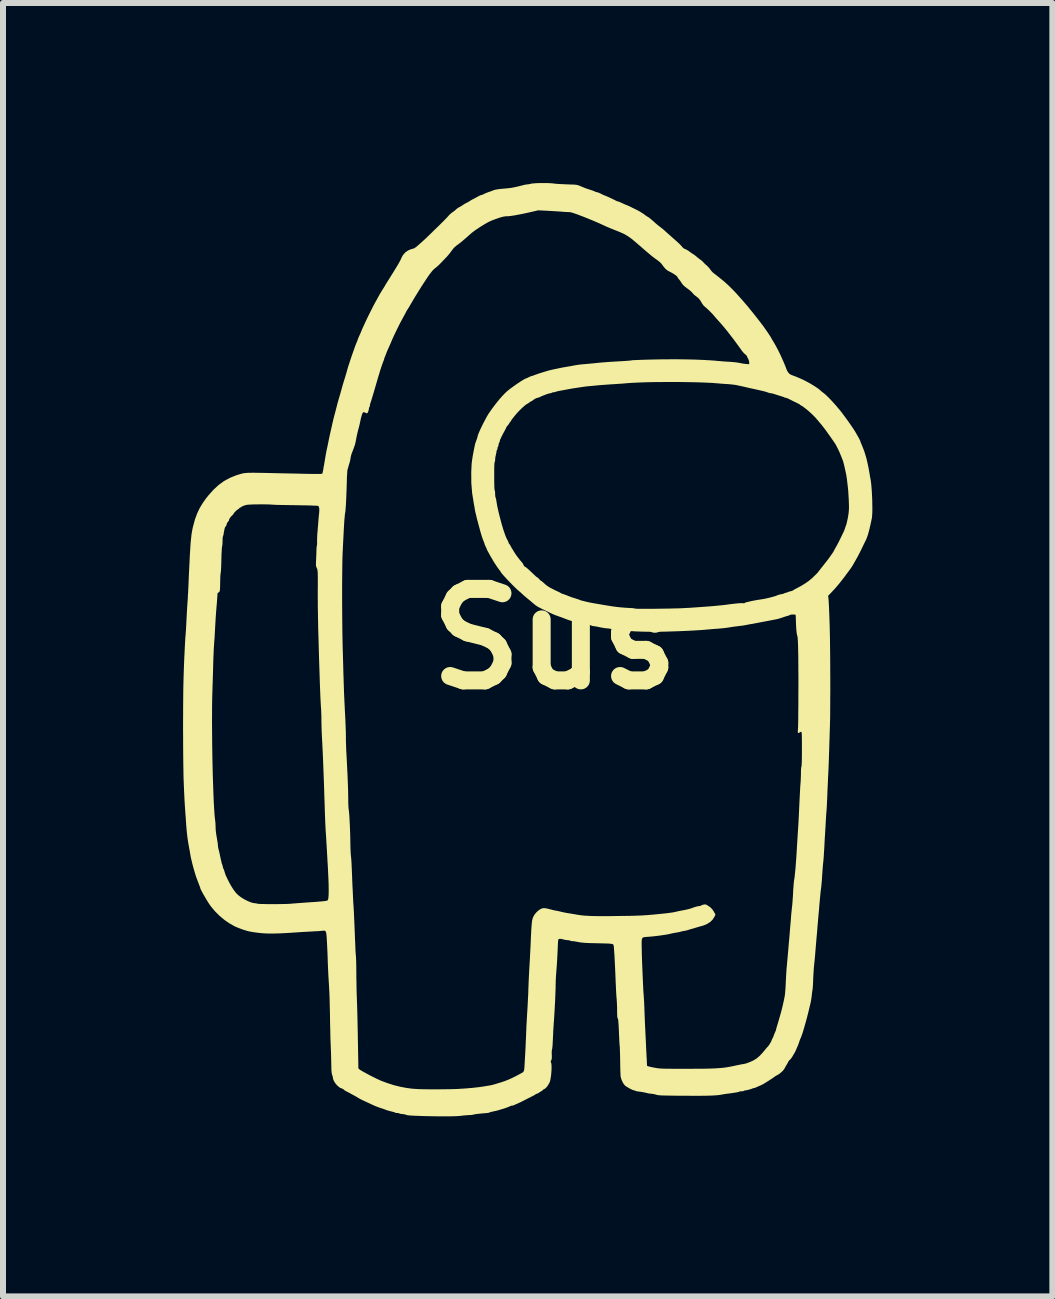
<source format=kicad_pcb>
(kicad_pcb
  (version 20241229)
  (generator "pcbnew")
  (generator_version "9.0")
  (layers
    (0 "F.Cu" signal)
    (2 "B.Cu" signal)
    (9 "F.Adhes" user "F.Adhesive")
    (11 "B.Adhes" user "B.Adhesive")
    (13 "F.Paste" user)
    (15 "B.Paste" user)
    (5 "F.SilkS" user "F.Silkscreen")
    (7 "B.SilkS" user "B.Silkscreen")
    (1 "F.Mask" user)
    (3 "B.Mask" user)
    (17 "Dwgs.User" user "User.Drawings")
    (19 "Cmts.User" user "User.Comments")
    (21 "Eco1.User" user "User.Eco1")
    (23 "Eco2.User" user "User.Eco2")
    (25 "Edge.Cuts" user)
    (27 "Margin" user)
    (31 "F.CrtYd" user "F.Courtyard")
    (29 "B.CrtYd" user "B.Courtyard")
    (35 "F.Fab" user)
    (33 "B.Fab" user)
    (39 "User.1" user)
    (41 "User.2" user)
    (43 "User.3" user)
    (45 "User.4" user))
  (footprint "Sus"
    (layer "F.Cu")
    (at 6.192 7.596)
    (property "Reference" "Sus" (at 0 0 0) (layer "F.SilkS") (effects (font (size 1.524 1.524) (thickness 0.3))))
    (attr board_only exclude_from_pos_files exclude_from_bom)
    (fp_poly (pts (xy -0.138 -7.596) (xy -0.09 -7.595) (xy -0.049 -7.592) (xy -0.018 -7.589) (xy -0.013 -7.588) (xy 0.012 -7.585) (xy 0.051 -7.582) (xy 0.103 -7.579) (xy 0.167 -7.576) (xy 0.241 -7.573) (xy 0.312 -7.571) (xy 0.354 -7.568) (xy 0.389 -7.56) (xy 0.419 -7.549) (xy 0.473 -7.526) (xy 0.524 -7.506) (xy 0.569 -7.491) (xy 0.6 -7.481) (xy 0.629 -7.472) (xy 0.658 -7.46) (xy 0.664 -7.458) (xy 0.685 -7.448) (xy 0.704 -7.443) (xy 0.707 -7.443) (xy 0.721 -7.44) (xy 0.744 -7.43) (xy 0.771 -7.418) (xy 0.774 -7.416) (xy 0.8 -7.403) (xy 0.82 -7.394) (xy 0.832 -7.389) (xy 0.833 -7.389) (xy 0.842 -7.386) (xy 0.863 -7.377) (xy 0.89 -7.365) (xy 0.923 -7.35) (xy 0.956 -7.334) (xy 0.988 -7.319) (xy 1.009 -7.308) (xy 1.032 -7.297) (xy 1.05 -7.29) (xy 1.056 -7.289) (xy 1.068 -7.286) (xy 1.089 -7.277) (xy 1.116 -7.265) (xy 1.12 -7.263) (xy 1.149 -7.25) (xy 1.174 -7.238) (xy 1.192 -7.232) (xy 1.193 -7.231) (xy 1.211 -7.224) (xy 1.236 -7.213) (xy 1.247 -7.208) (xy 1.275 -7.194) (xy 1.307 -7.178) (xy 1.324 -7.17) (xy 1.369 -7.148) (xy 1.415 -7.123) (xy 1.457 -7.097) (xy 1.491 -7.074) (xy 1.498 -7.069) (xy 1.521 -7.051) (xy 1.545 -7.036) (xy 1.553 -7.032) (xy 1.568 -7.022) (xy 1.592 -7.004) (xy 1.62 -6.98) (xy 1.65 -6.954) (xy 1.651 -6.953) (xy 1.682 -6.925) (xy 1.711 -6.9) (xy 1.736 -6.88) (xy 1.753 -6.867) (xy 1.753 -6.867) (xy 1.774 -6.851) (xy 1.801 -6.83) (xy 1.821 -6.813) (xy 1.866 -6.772) (xy 1.919 -6.725) (xy 1.983 -6.668) (xy 2.034 -6.623) (xy 2.064 -6.596) (xy 2.09 -6.57) (xy 2.111 -6.548) (xy 2.123 -6.533) (xy 2.124 -6.532) (xy 2.145 -6.51) (xy 2.176 -6.495) (xy 2.205 -6.481) (xy 2.235 -6.462) (xy 2.244 -6.455) (xy 2.268 -6.437) (xy 2.292 -6.421) (xy 2.3 -6.416) (xy 2.321 -6.403) (xy 2.346 -6.384) (xy 2.358 -6.374) (xy 2.384 -6.352) (xy 2.414 -6.329) (xy 2.427 -6.32) (xy 2.45 -6.302) (xy 2.471 -6.283) (xy 2.479 -6.273) (xy 2.496 -6.255) (xy 2.518 -6.235) (xy 2.527 -6.228) (xy 2.549 -6.208) (xy 2.572 -6.182) (xy 2.59 -6.158) (xy 2.611 -6.131) (xy 2.634 -6.106) (xy 2.653 -6.091) (xy 2.673 -6.076) (xy 2.701 -6.054) (xy 2.734 -6.028) (xy 2.769 -6) (xy 2.803 -5.972) (xy 2.833 -5.947) (xy 2.855 -5.927) (xy 2.864 -5.919) (xy 2.879 -5.905) (xy 2.901 -5.884) (xy 2.926 -5.86) (xy 2.934 -5.852) (xy 2.963 -5.823) (xy 2.996 -5.789) (xy 3.028 -5.755) (xy 3.038 -5.744) (xy 3.065 -5.713) (xy 3.095 -5.68) (xy 3.12 -5.651) (xy 3.129 -5.642) (xy 3.168 -5.596) (xy 3.214 -5.543) (xy 3.261 -5.485) (xy 3.308 -5.427) (xy 3.348 -5.376) (xy 3.375 -5.342) (xy 3.401 -5.308) (xy 3.425 -5.278) (xy 3.439 -5.259) (xy 3.458 -5.235) (xy 3.481 -5.203) (xy 3.507 -5.166) (xy 3.534 -5.128) (xy 3.559 -5.091) (xy 3.58 -5.059) (xy 3.596 -5.034) (xy 3.603 -5.023) (xy 3.613 -5.004) (xy 3.628 -4.978) (xy 3.645 -4.95) (xy 3.646 -4.949) (xy 3.68 -4.89) (xy 3.718 -4.819) (xy 3.757 -4.74) (xy 3.772 -4.707) (xy 3.788 -4.671) (xy 3.805 -4.633) (xy 3.822 -4.594) (xy 3.837 -4.557) (xy 3.85 -4.525) (xy 3.859 -4.501) (xy 3.864 -4.488) (xy 3.864 -4.486) (xy 3.868 -4.477) (xy 3.878 -4.46) (xy 3.887 -4.446) (xy 3.905 -4.423) (xy 3.927 -4.407) (xy 3.954 -4.395) (xy 4.008 -4.375) (xy 4.05 -4.358) (xy 4.085 -4.343) (xy 4.115 -4.33) (xy 4.144 -4.316) (xy 4.164 -4.306) (xy 4.214 -4.28) (xy 4.264 -4.252) (xy 4.313 -4.222) (xy 4.357 -4.194) (xy 4.394 -4.168) (xy 4.421 -4.146) (xy 4.43 -4.138) (xy 4.44 -4.128) (xy 4.458 -4.114) (xy 4.468 -4.107) (xy 4.511 -4.072) (xy 4.56 -4.025) (xy 4.616 -3.967) (xy 4.68 -3.896) (xy 4.751 -3.812) (xy 4.756 -3.806) (xy 4.777 -3.779) (xy 4.805 -3.742) (xy 4.837 -3.699) (xy 4.872 -3.651) (xy 4.906 -3.603) (xy 4.938 -3.557) (xy 4.966 -3.516) (xy 4.972 -3.507) (xy 4.997 -3.469) (xy 5.021 -3.428) (xy 5.044 -3.388) (xy 5.065 -3.351) (xy 5.081 -3.319) (xy 5.092 -3.296) (xy 5.095 -3.282) (xy 5.098 -3.274) (xy 5.106 -3.255) (xy 5.114 -3.238) (xy 5.156 -3.131) (xy 5.193 -3.011) (xy 5.223 -2.878) (xy 5.241 -2.779) (xy 5.247 -2.745) (xy 5.252 -2.711) (xy 5.257 -2.686) (xy 5.265 -2.643) (xy 5.272 -2.588) (xy 5.278 -2.524) (xy 5.283 -2.455) (xy 5.287 -2.382) (xy 5.29 -2.308) (xy 5.291 -2.236) (xy 5.292 -2.168) (xy 5.291 -2.106) (xy 5.288 -2.055) (xy 5.284 -2.015) (xy 5.282 -2.005) (xy 5.26 -1.902) (xy 5.239 -1.814) (xy 5.219 -1.741) (xy 5.199 -1.683) (xy 5.181 -1.641) (xy 5.175 -1.63) (xy 5.164 -1.608) (xy 5.149 -1.577) (xy 5.131 -1.54) (xy 5.118 -1.512) (xy 5.097 -1.47) (xy 5.076 -1.428) (xy 5.056 -1.39) (xy 5.041 -1.361) (xy 5.035 -1.351) (xy 5.018 -1.321) (xy 5.002 -1.292) (xy 4.991 -1.273) (xy 4.969 -1.234) (xy 4.945 -1.196) (xy 4.924 -1.165) (xy 4.915 -1.154) (xy 4.899 -1.132) (xy 4.884 -1.112) (xy 4.816 -1.02) (xy 4.747 -0.932) (xy 4.678 -0.85) (xy 4.613 -0.78) (xy 4.608 -0.774) (xy 4.555 -0.72) (xy 4.56 -0.681) (xy 4.563 -0.647) (xy 4.566 -0.598) (xy 4.569 -0.538) (xy 4.572 -0.468) (xy 4.575 -0.389) (xy 4.578 -0.303) (xy 4.581 -0.213) (xy 4.583 -0.119) (xy 4.585 -0.046) (xy 4.586 0.032) (xy 4.587 0.121) (xy 4.588 0.217) (xy 4.589 0.32) (xy 4.59 0.428) (xy 4.59 0.539) (xy 4.591 0.651) (xy 4.591 0.763) (xy 4.591 0.873) (xy 4.59 0.979) (xy 4.59 1.08) (xy 4.589 1.174) (xy 4.589 1.26) (xy 4.588 1.335) (xy 4.586 1.398) (xy 4.585 1.447) (xy 4.585 1.447) (xy 4.583 1.503) (xy 4.581 1.57) (xy 4.579 1.645) (xy 4.576 1.723) (xy 4.574 1.8) (xy 4.572 1.873) (xy 4.571 1.882) (xy 4.569 1.95) (xy 4.567 2.02) (xy 4.564 2.087) (xy 4.562 2.15) (xy 4.559 2.205) (xy 4.557 2.248) (xy 4.557 2.259) (xy 4.554 2.303) (xy 4.552 2.358) (xy 4.549 2.42) (xy 4.546 2.486) (xy 4.543 2.551) (xy 4.542 2.586) (xy 4.54 2.643) (xy 4.537 2.698) (xy 4.535 2.748) (xy 4.533 2.789) (xy 4.531 2.82) (xy 4.53 2.836) (xy 4.528 2.86) (xy 4.525 2.895) (xy 4.522 2.938) (xy 4.519 2.985) (xy 4.517 3.017) (xy 4.514 3.072) (xy 4.511 3.132) (xy 4.507 3.19) (xy 4.504 3.242) (xy 4.503 3.26) (xy 4.5 3.304) (xy 4.497 3.358) (xy 4.494 3.418) (xy 4.491 3.478) (xy 4.488 3.521) (xy 4.485 3.573) (xy 4.482 3.624) (xy 4.478 3.67) (xy 4.475 3.708) (xy 4.472 3.733) (xy 4.469 3.76) (xy 4.466 3.799) (xy 4.462 3.845) (xy 4.459 3.895) (xy 4.456 3.933) (xy 4.453 3.986) (xy 4.449 4.04) (xy 4.444 4.091) (xy 4.44 4.134) (xy 4.437 4.156) (xy 4.432 4.192) (xy 4.427 4.238) (xy 4.422 4.29) (xy 4.417 4.344) (xy 4.414 4.38) (xy 4.409 4.431) (xy 4.405 4.484) (xy 4.401 4.532) (xy 4.397 4.573) (xy 4.395 4.595) (xy 4.392 4.627) (xy 4.388 4.671) (xy 4.384 4.721) (xy 4.379 4.774) (xy 4.376 4.814) (xy 4.372 4.868) (xy 4.367 4.924) (xy 4.362 4.977) (xy 4.358 5.023) (xy 4.356 5.049) (xy 4.352 5.097) (xy 4.347 5.152) (xy 4.343 5.204) (xy 4.341 5.226) (xy 4.338 5.268) (xy 4.333 5.32) (xy 4.328 5.374) (xy 4.322 5.425) (xy 4.322 5.43) (xy 4.317 5.481) (xy 4.313 5.541) (xy 4.309 5.603) (xy 4.306 5.661) (xy 4.306 5.677) (xy 4.304 5.723) (xy 4.302 5.766) (xy 4.299 5.803) (xy 4.297 5.831) (xy 4.295 5.842) (xy 4.291 5.868) (xy 4.286 5.902) (xy 4.283 5.931) (xy 4.28 5.961) (xy 4.275 5.992) (xy 4.27 6.026) (xy 4.262 6.065) (xy 4.251 6.11) (xy 4.238 6.165) (xy 4.222 6.231) (xy 4.211 6.274) (xy 4.195 6.336) (xy 4.178 6.397) (xy 4.161 6.457) (xy 4.145 6.512) (xy 4.13 6.561) (xy 4.116 6.602) (xy 4.105 6.632) (xy 4.097 6.651) (xy 4.095 6.654) (xy 4.09 6.665) (xy 4.082 6.686) (xy 4.073 6.713) (xy 4.072 6.716) (xy 4.062 6.745) (xy 4.052 6.771) (xy 4.045 6.789) (xy 4.044 6.789) (xy 4.035 6.81) (xy 4.025 6.834) (xy 4.025 6.835) (xy 4.015 6.858) (xy 4 6.888) (xy 3.981 6.92) (xy 3.962 6.952) (xy 3.944 6.98) (xy 3.928 7.001) (xy 3.917 7.012) (xy 3.917 7.012) (xy 3.903 7.025) (xy 3.89 7.044) (xy 3.89 7.045) (xy 3.879 7.068) (xy 3.864 7.093) (xy 3.86 7.1) (xy 3.846 7.123) (xy 3.835 7.144) (xy 3.833 7.149) (xy 3.818 7.172) (xy 3.795 7.199) (xy 3.765 7.226) (xy 3.735 7.25) (xy 3.713 7.263) (xy 3.688 7.276) (xy 3.668 7.289) (xy 3.658 7.296) (xy 3.645 7.306) (xy 3.622 7.322) (xy 3.591 7.342) (xy 3.557 7.364) (xy 3.523 7.385) (xy 3.491 7.405) (xy 3.465 7.42) (xy 3.448 7.429) (xy 3.423 7.44) (xy 3.395 7.452) (xy 3.391 7.454) (xy 3.368 7.464) (xy 3.35 7.472) (xy 3.346 7.474) (xy 3.329 7.48) (xy 3.321 7.481) (xy 3.304 7.485) (xy 3.296 7.488) (xy 3.276 7.496) (xy 3.247 7.505) (xy 3.217 7.513) (xy 3.191 7.519) (xy 3.177 7.52) (xy 3.16 7.523) (xy 3.152 7.528) (xy 3.142 7.533) (xy 3.123 7.535) (xy 3.116 7.535) (xy 3.093 7.537) (xy 3.075 7.541) (xy 3.072 7.542) (xy 3.057 7.548) (xy 3.028 7.554) (xy 2.989 7.56) (xy 2.943 7.567) (xy 2.891 7.574) (xy 2.886 7.574) (xy 2.851 7.579) (xy 2.816 7.584) (xy 2.79 7.589) (xy 2.758 7.595) (xy 2.716 7.6) (xy 2.666 7.604) (xy 2.605 7.607) (xy 2.532 7.609) (xy 2.447 7.61) (xy 2.35 7.611) (xy 2.239 7.61) (xy 2.128 7.61) (xy 2.038 7.609) (xy 1.962 7.608) (xy 1.898 7.607) (xy 1.846 7.606) (xy 1.805 7.605) (xy 1.771 7.604) (xy 1.746 7.602) (xy 1.726 7.6) (xy 1.712 7.598) (xy 1.701 7.595) (xy 1.693 7.593) (xy 1.666 7.585) (xy 1.632 7.579) (xy 1.609 7.576) (xy 1.58 7.573) (xy 1.556 7.57) (xy 1.543 7.566) (xy 1.526 7.562) (xy 1.499 7.556) (xy 1.464 7.549) (xy 1.428 7.543) (xy 1.394 7.539) (xy 1.385 7.538) (xy 1.363 7.534) (xy 1.347 7.529) (xy 1.344 7.527) (xy 1.33 7.521) (xy 1.321 7.52) (xy 1.306 7.516) (xy 1.282 7.506) (xy 1.253 7.491) (xy 1.223 7.474) (xy 1.195 7.457) (xy 1.174 7.442) (xy 1.168 7.437) (xy 1.148 7.412) (xy 1.128 7.377) (xy 1.111 7.337) (xy 1.1 7.299) (xy 1.097 7.279) (xy 1.096 7.261) (xy 1.095 7.23) (xy 1.093 7.188) (xy 1.092 7.138) (xy 1.091 7.083) (xy 1.09 7.024) (xy 1.09 7.016) (xy 1.089 6.958) (xy 1.088 6.905) (xy 1.086 6.859) (xy 1.085 6.822) (xy 1.084 6.795) (xy 1.083 6.782) (xy 1.082 6.781) (xy 1.081 6.77) (xy 1.079 6.747) (xy 1.077 6.712) (xy 1.075 6.668) (xy 1.073 6.616) (xy 1.07 6.56) (xy 1.07 6.55) (xy 1.067 6.483) (xy 1.064 6.429) (xy 1.061 6.389) (xy 1.059 6.359) (xy 1.056 6.339) (xy 1.053 6.327) (xy 1.05 6.322) (xy 1.046 6.315) (xy 1.043 6.302) (xy 1.041 6.279) (xy 1.04 6.245) (xy 1.039 6.198) (xy 1.039 6.191) (xy 1.039 6.142) (xy 1.037 6.091) (xy 1.035 6.044) (xy 1.032 6.005) (xy 1.032 5.996) (xy 1.029 5.968) (xy 1.026 5.928) (xy 1.023 5.879) (xy 1.02 5.823) (xy 1.018 5.763) (xy 1.015 5.707) (xy 1.01 5.579) (xy 1.005 5.466) (xy 1 5.368) (xy 0.996 5.284) (xy 0.991 5.214) (xy 0.988 5.17) (xy 0.986 5.134) (xy 0.982 5.111) (xy 0.978 5.096) (xy 0.972 5.088) (xy 0.967 5.084) (xy 0.957 5.081) (xy 0.938 5.078) (xy 0.91 5.075) (xy 0.87 5.073) (xy 0.818 5.072) (xy 0.751 5.07) (xy 0.743 5.07) (xy 0.667 5.068) (xy 0.605 5.067) (xy 0.554 5.065) (xy 0.512 5.063) (xy 0.477 5.06) (xy 0.448 5.057) (xy 0.421 5.054) (xy 0.395 5.049) (xy 0.379 5.046) (xy 0.346 5.04) (xy 0.315 5.035) (xy 0.292 5.034) (xy 0.272 5.032) (xy 0.259 5.027) (xy 0.258 5.026) (xy 0.248 5.021) (xy 0.228 5.019) (xy 0.217 5.018) (xy 0.187 5.015) (xy 0.157 5.009) (xy 0.15 5.007) (xy 0.122 4.999) (xy 0.094 4.996) (xy 0.091 4.995) (xy 0.079 4.996) (xy 0.07 4.997) (xy 0.064 5.003) (xy 0.059 5.014) (xy 0.056 5.033) (xy 0.054 5.062) (xy 0.052 5.102) (xy 0.05 5.145) (xy 0.046 5.236) (xy 0.041 5.334) (xy 0.035 5.432) (xy 0.028 5.525) (xy 0.023 5.588) (xy 0.02 5.635) (xy 0.017 5.689) (xy 0.016 5.742) (xy 0.015 5.769) (xy 0.015 5.806) (xy 0.013 5.857) (xy 0.011 5.917) (xy 0.008 5.984) (xy 0.005 6.055) (xy 0.001 6.127) (xy -0.003 6.199) (xy -0.007 6.266) (xy -0.011 6.326) (xy -0.014 6.377) (xy -0.016 6.392) (xy -0.018 6.429) (xy -0.021 6.477) (xy -0.025 6.532) (xy -0.027 6.591) (xy -0.03 6.648) (xy -0.03 6.656) (xy -0.033 6.708) (xy -0.035 6.754) (xy -0.038 6.792) (xy -0.041 6.82) (xy -0.044 6.835) (xy -0.045 6.837) (xy -0.048 6.85) (xy -0.05 6.875) (xy -0.05 6.911) (xy -0.049 6.922) (xy -0.048 6.96) (xy -0.049 6.985) (xy -0.052 7.004) (xy -0.058 7.018) (xy -0.059 7.02) (xy -0.067 7.037) (xy -0.066 7.049) (xy -0.063 7.052) (xy -0.058 7.066) (xy -0.054 7.092) (xy -0.053 7.128) (xy -0.053 7.17) (xy -0.056 7.215) (xy -0.06 7.261) (xy -0.066 7.305) (xy -0.073 7.344) (xy -0.079 7.37) (xy -0.091 7.398) (xy -0.108 7.428) (xy -0.127 7.456) (xy -0.146 7.478) (xy -0.163 7.493) (xy -0.173 7.497) (xy -0.184 7.502) (xy -0.199 7.515) (xy -0.2 7.516) (xy -0.214 7.529) (xy -0.224 7.535) (xy -0.225 7.535) (xy -0.235 7.54) (xy -0.252 7.55) (xy -0.257 7.555) (xy -0.275 7.567) (xy -0.289 7.573) (xy -0.292 7.574) (xy -0.305 7.578) (xy -0.322 7.588) (xy -0.322 7.588) (xy -0.332 7.594) (xy -0.342 7.601) (xy -0.355 7.608) (xy -0.373 7.617) (xy -0.398 7.63) (xy -0.434 7.648) (xy -0.462 7.662) (xy -0.493 7.678) (xy -0.52 7.692) (xy -0.539 7.701) (xy -0.546 7.705) (xy -0.568 7.716) (xy -0.598 7.73) (xy -0.631 7.745) (xy -0.637 7.747) (xy -0.659 7.757) (xy -0.677 7.765) (xy -0.679 7.767) (xy -0.699 7.773) (xy -0.708 7.774) (xy -0.728 7.777) (xy -0.737 7.781) (xy -0.78 7.8) (xy -0.825 7.816) (xy -0.862 7.828) (xy -0.893 7.837) (xy -0.92 7.845) (xy -0.938 7.851) (xy -0.939 7.851) (xy -0.956 7.856) (xy -0.982 7.862) (xy -1.014 7.869) (xy -1.02 7.87) (xy -1.049 7.877) (xy -1.073 7.883) (xy -1.087 7.888) (xy -1.089 7.889) (xy -1.1 7.893) (xy -1.122 7.897) (xy -1.15 7.899) (xy -1.151 7.9) (xy -1.198 7.903) (xy -1.244 7.908) (xy -1.286 7.912) (xy -1.32 7.917) (xy -1.344 7.921) (xy -1.355 7.924) (xy -1.366 7.927) (xy -1.389 7.93) (xy -1.419 7.932) (xy -1.434 7.932) (xy -1.474 7.935) (xy -1.514 7.938) (xy -1.549 7.942) (xy -1.555 7.943) (xy -1.591 7.947) (xy -1.643 7.95) (xy -1.709 7.952) (xy -1.79 7.953) (xy -1.885 7.953) (xy -1.993 7.952) (xy -2.099 7.95) (xy -2.191 7.948) (xy -2.269 7.945) (xy -2.333 7.943) (xy -2.385 7.94) (xy -2.424 7.937) (xy -2.452 7.934) (xy -2.469 7.93) (xy -2.476 7.927) (xy -2.487 7.923) (xy -2.51 7.918) (xy -2.536 7.915) (xy -2.562 7.912) (xy -2.582 7.908) (xy -2.591 7.904) (xy -2.6 7.899) (xy -2.619 7.897) (xy -2.625 7.897) (xy -2.645 7.896) (xy -2.657 7.892) (xy -2.659 7.891) (xy -2.667 7.886) (xy -2.688 7.88) (xy -2.715 7.873) (xy -2.723 7.871) (xy -2.757 7.862) (xy -2.79 7.853) (xy -2.816 7.844) (xy -2.817 7.843) (xy -2.846 7.832) (xy -2.875 7.822) (xy -2.883 7.82) (xy -2.928 7.805) (xy -2.983 7.784) (xy -2.99 7.781) (xy -3.003 7.776) (xy -3.026 7.765) (xy -3.057 7.751) (xy -3.09 7.735) (xy -3.128 7.718) (xy -3.166 7.7) (xy -3.198 7.685) (xy -3.217 7.676) (xy -3.244 7.662) (xy -3.268 7.649) (xy -3.279 7.642) (xy -3.297 7.631) (xy -3.322 7.617) (xy -3.337 7.608) (xy -3.379 7.586) (xy -3.418 7.564) (xy -3.453 7.546) (xy -3.479 7.532) (xy -3.492 7.525) (xy -3.506 7.516) (xy -3.51 7.511) (xy -3.516 7.505) (xy -3.531 7.496) (xy -3.548 7.487) (xy -3.562 7.482) (xy -3.565 7.481) (xy -3.57 7.481) (xy -3.577 7.477) (xy -3.589 7.468) (xy -3.608 7.452) (xy -3.623 7.439) (xy -3.645 7.415) (xy -3.666 7.386) (xy -3.683 7.355) (xy -3.693 7.327) (xy -3.695 7.315) (xy -3.697 7.298) (xy -3.704 7.274) (xy -3.707 7.265) (xy -3.712 7.249) (xy -3.716 7.229) (xy -3.719 7.201) (xy -3.721 7.164) (xy -3.722 7.115) (xy -3.723 7.077) (xy -3.724 7.016) (xy -3.726 6.946) (xy -3.728 6.875) (xy -3.731 6.808) (xy -3.732 6.773) (xy -3.734 6.731) (xy -3.736 6.676) (xy -3.738 6.612) (xy -3.739 6.54) (xy -3.741 6.464) (xy -3.743 6.386) (xy -3.744 6.31) (xy -3.744 6.304) (xy -3.745 6.229) (xy -3.747 6.154) (xy -3.749 6.082) (xy -3.75 6.014) (xy -3.752 5.954) (xy -3.754 5.904) (xy -3.756 5.866) (xy -3.756 5.861) (xy -3.763 5.736) (xy -3.77 5.625) (xy -3.775 5.525) (xy -3.779 5.436) (xy -3.782 5.355) (xy -3.783 5.315) (xy -3.785 5.257) (xy -3.788 5.191) (xy -3.791 5.123) (xy -3.794 5.059) (xy -3.796 5.03) (xy -3.799 4.973) (xy -3.803 4.931) (xy -3.807 4.899) (xy -3.813 4.879) (xy -3.821 4.866) (xy -3.831 4.86) (xy -3.845 4.859) (xy -3.863 4.86) (xy -3.864 4.861) (xy -3.882 4.862) (xy -3.913 4.865) (xy -3.953 4.868) (xy -4 4.87) (xy -4.049 4.873) (xy -4.103 4.876) (xy -4.159 4.879) (xy -4.213 4.882) (xy -4.259 4.885) (xy -4.287 4.887) (xy -4.404 4.895) (xy -4.508 4.901) (xy -4.6 4.905) (xy -4.683 4.907) (xy -4.758 4.907) (xy -4.828 4.905) (xy -4.893 4.9) (xy -4.957 4.893) (xy -5.022 4.884) (xy -5.084 4.873) (xy -5.125 4.863) (xy -5.175 4.848) (xy -5.229 4.829) (xy -5.284 4.808) (xy -5.334 4.786) (xy -5.338 4.784) (xy -5.419 4.738) (xy -5.502 4.681) (xy -5.582 4.614) (xy -5.656 4.541) (xy -5.721 4.464) (xy -5.746 4.43) (xy -5.765 4.402) (xy -5.787 4.367) (xy -5.81 4.329) (xy -5.833 4.289) (xy -5.855 4.251) (xy -5.875 4.215) (xy -5.89 4.186) (xy -5.9 4.165) (xy -5.904 4.155) (xy -5.906 4.145) (xy -5.913 4.125) (xy -5.923 4.099) (xy -5.924 4.097) (xy -5.937 4.062) (xy -5.952 4.024) (xy -5.961 3.999) (xy -5.978 3.953) (xy -5.995 3.896) (xy -6.014 3.832) (xy -6.032 3.766) (xy -6.048 3.701) (xy -6.062 3.642) (xy -6.071 3.592) (xy -6.073 3.583) (xy -6.077 3.557) (xy -6.083 3.522) (xy -6.09 3.485) (xy -6.091 3.479) (xy -6.105 3.401) (xy -6.116 3.329) (xy -6.125 3.26) (xy -6.132 3.189) (xy -6.139 3.109) (xy -6.142 3.063) (xy -6.145 3.022) (xy -6.148 2.97) (xy -6.153 2.912) (xy -6.157 2.852) (xy -6.161 2.794) (xy -6.161 2.794) (xy -6.164 2.745) (xy -6.168 2.685) (xy -6.171 2.615) (xy -6.175 2.54) (xy -6.178 2.463) (xy -6.181 2.387) (xy -6.183 2.344) (xy -6.185 2.272) (xy -6.186 2.188) (xy -6.188 2.093) (xy -6.189 1.989) (xy -6.19 1.877) (xy -6.191 1.76) (xy -6.191 1.639) (xy -6.192 1.515) (xy -6.192 1.391) (xy -6.192 1.362) (xy -5.71 1.362) (xy -5.709 1.488) (xy -5.708 1.616) (xy -5.707 1.747) (xy -5.705 1.878) (xy -5.703 2.009) (xy -5.7 2.138) (xy -5.697 2.263) (xy -5.693 2.385) (xy -5.689 2.5) (xy -5.685 2.609) (xy -5.681 2.709) (xy -5.676 2.799) (xy -5.671 2.879) (xy -5.666 2.947) (xy -5.66 3.001) (xy -5.657 3.026) (xy -5.653 3.062) (xy -5.651 3.103) (xy -5.65 3.138) (xy -5.649 3.164) (xy -5.647 3.192) (xy -5.644 3.224) (xy -5.638 3.263) (xy -5.63 3.311) (xy -5.62 3.371) (xy -5.619 3.378) (xy -5.614 3.407) (xy -5.612 3.434) (xy -5.611 3.445) (xy -5.609 3.467) (xy -5.603 3.495) (xy -5.6 3.507) (xy -5.592 3.537) (xy -5.584 3.572) (xy -5.58 3.591) (xy -5.574 3.622) (xy -5.567 3.652) (xy -5.564 3.668) (xy -5.557 3.694) (xy -5.552 3.719) (xy -5.552 3.721) (xy -5.547 3.741) (xy -5.542 3.752) (xy -5.537 3.764) (xy -5.532 3.785) (xy -5.531 3.791) (xy -5.526 3.812) (xy -5.52 3.827) (xy -5.519 3.829) (xy -5.513 3.84) (xy -5.506 3.861) (xy -5.499 3.883) (xy -5.491 3.909) (xy -5.484 3.931) (xy -5.479 3.941) (xy -5.473 3.954) (xy -5.463 3.975) (xy -5.452 3.999) (xy -5.423 4.057) (xy -5.389 4.118) (xy -5.353 4.174) (xy -5.317 4.222) (xy -5.311 4.23) (xy -5.276 4.265) (xy -5.231 4.3) (xy -5.181 4.332) (xy -5.127 4.36) (xy -5.075 4.383) (xy -5.027 4.398) (xy -4.989 4.403) (xy -4.967 4.406) (xy -4.953 4.41) (xy -4.941 4.412) (xy -4.915 4.414) (xy -4.879 4.415) (xy -4.834 4.416) (xy -4.782 4.417) (xy -4.726 4.417) (xy -4.668 4.417) (xy -4.609 4.417) (xy -4.554 4.416) (xy -4.502 4.415) (xy -4.458 4.414) (xy -4.422 4.412) (xy -4.4 4.411) (xy -4.372 4.408) (xy -4.331 4.405) (xy -4.282 4.401) (xy -4.227 4.397) (xy -4.17 4.393) (xy -4.145 4.391) (xy -4.057 4.385) (xy -3.983 4.38) (xy -3.923 4.375) (xy -3.875 4.371) (xy -3.838 4.367) (xy -3.812 4.363) (xy -3.795 4.359) (xy -3.787 4.357) (xy -3.78 4.348) (xy -3.774 4.331) (xy -3.77 4.304) (xy -3.767 4.266) (xy -3.766 4.218) (xy -3.766 4.158) (xy -3.767 4.086) (xy -3.77 4.002) (xy -3.775 3.903) (xy -3.78 3.791) (xy -3.787 3.683) (xy -3.789 3.634) (xy -3.793 3.575) (xy -3.796 3.513) (xy -3.8 3.453) (xy -3.801 3.429) (xy -3.805 3.373) (xy -3.808 3.313) (xy -3.812 3.253) (xy -3.816 3.2) (xy -3.817 3.179) (xy -3.819 3.145) (xy -3.821 3.099) (xy -3.824 3.042) (xy -3.826 2.977) (xy -3.829 2.908) (xy -3.831 2.836) (xy -3.833 2.767) (xy -3.838 2.627) (xy -3.842 2.486) (xy -3.847 2.348) (xy -3.852 2.214) (xy -3.857 2.085) (xy -3.862 1.963) (xy -3.867 1.85) (xy -3.872 1.749) (xy -3.877 1.659) (xy -3.879 1.615) (xy -3.882 1.559) (xy -3.884 1.494) (xy -3.886 1.428) (xy -3.887 1.369) (xy -3.887 1.357) (xy -3.887 1.304) (xy -3.889 1.247) (xy -3.891 1.192) (xy -3.894 1.145) (xy -3.895 1.131) (xy -3.897 1.101) (xy -3.899 1.066) (xy -3.901 1.023) (xy -3.904 0.971) (xy -3.906 0.912) (xy -3.909 0.843) (xy -3.912 0.764) (xy -3.915 0.674) (xy -3.918 0.573) (xy -3.922 0.461) (xy -3.926 0.335) (xy -3.93 0.197) (xy -3.934 0.044) (xy -3.939 -0.122) (xy -3.941 -0.181) (xy -3.942 -0.255) (xy -3.944 -0.341) (xy -3.945 -0.435) (xy -3.947 -0.532) (xy -3.947 -0.63) (xy -3.948 -0.692) (xy -3.542 -0.692) (xy -3.542 -0.573) (xy -3.541 -0.454) (xy -3.54 -0.337) (xy -3.539 -0.222) (xy -3.538 -0.112) (xy -3.536 -0.008) (xy -3.534 0.087) (xy -3.533 0.135) (xy -3.529 0.263) (xy -3.526 0.378) (xy -3.523 0.479) (xy -3.521 0.569) (xy -3.518 0.648) (xy -3.516 0.718) (xy -3.514 0.779) (xy -3.512 0.834) (xy -3.511 0.883) (xy -3.509 0.927) (xy -3.507 0.967) (xy -3.505 1.006) (xy -3.504 1.043) (xy -3.503 1.054) (xy -3.498 1.16) (xy -3.493 1.252) (xy -3.489 1.331) (xy -3.486 1.399) (xy -3.484 1.457) (xy -3.482 1.507) (xy -3.48 1.551) (xy -3.48 1.589) (xy -3.479 1.623) (xy -3.479 1.651) (xy -3.479 1.697) (xy -3.477 1.753) (xy -3.475 1.813) (xy -3.473 1.871) (xy -3.471 1.897) (xy -3.464 2.028) (xy -3.458 2.151) (xy -3.452 2.267) (xy -3.448 2.372) (xy -3.444 2.467) (xy -3.442 2.55) (xy -3.441 2.62) (xy -3.44 2.652) (xy -3.44 2.702) (xy -3.439 2.749) (xy -3.437 2.79) (xy -3.435 2.822) (xy -3.432 2.841) (xy -3.429 2.867) (xy -3.425 2.907) (xy -3.421 2.959) (xy -3.418 3.021) (xy -3.414 3.091) (xy -3.411 3.167) (xy -3.408 3.248) (xy -3.406 3.332) (xy -3.405 3.402) (xy -3.404 3.457) (xy -3.402 3.508) (xy -3.4 3.552) (xy -3.398 3.587) (xy -3.396 3.611) (xy -3.395 3.621) (xy -3.393 3.632) (xy -3.391 3.657) (xy -3.388 3.693) (xy -3.385 3.74) (xy -3.383 3.795) (xy -3.38 3.858) (xy -3.377 3.925) (xy -3.376 3.96) (xy -3.373 4.035) (xy -3.37 4.11) (xy -3.366 4.183) (xy -3.363 4.251) (xy -3.36 4.311) (xy -3.358 4.362) (xy -3.356 4.4) (xy -3.355 4.407) (xy -3.35 4.484) (xy -3.345 4.571) (xy -3.341 4.669) (xy -3.336 4.78) (xy -3.331 4.903) (xy -3.326 5.041) (xy -3.325 5.042) (xy -3.323 5.099) (xy -3.321 5.152) (xy -3.319 5.2) (xy -3.316 5.24) (xy -3.314 5.268) (xy -3.312 5.284) (xy -3.311 5.299) (xy -3.31 5.327) (xy -3.308 5.367) (xy -3.307 5.416) (xy -3.306 5.471) (xy -3.306 5.532) (xy -3.305 5.569) (xy -3.305 5.644) (xy -3.303 5.727) (xy -3.302 5.813) (xy -3.3 5.897) (xy -3.297 5.975) (xy -3.295 6.042) (xy -3.293 6.093) (xy -3.291 6.156) (xy -3.289 6.231) (xy -3.287 6.313) (xy -3.285 6.401) (xy -3.283 6.493) (xy -3.281 6.585) (xy -3.28 6.677) (xy -3.279 6.708) (xy -3.271 7.154) (xy -3.25 7.173) (xy -3.232 7.185) (xy -3.202 7.203) (xy -3.164 7.224) (xy -3.12 7.248) (xy -3.072 7.274) (xy -3.023 7.298) (xy -2.975 7.322) (xy -2.932 7.342) (xy -2.895 7.359) (xy -2.869 7.369) (xy -2.846 7.377) (xy -2.815 7.389) (xy -2.781 7.401) (xy -2.772 7.404) (xy -2.681 7.433) (xy -2.582 7.458) (xy -2.479 7.478) (xy -2.378 7.492) (xy -2.321 7.496) (xy -2.268 7.499) (xy -2.204 7.501) (xy -2.13 7.502) (xy -2.049 7.503) (xy -1.965 7.503) (xy -1.881 7.502) (xy -1.8 7.501) (xy -1.724 7.5) (xy -1.657 7.498) (xy -1.624 7.497) (xy -1.495 7.489) (xy -1.376 7.479) (xy -1.268 7.467) (xy -1.185 7.455) (xy -1.149 7.449) (xy -1.116 7.443) (xy -1.089 7.439) (xy -1.081 7.438) (xy -1.059 7.434) (xy -1.028 7.426) (xy -0.995 7.417) (xy -0.989 7.415) (xy -0.953 7.404) (xy -0.917 7.393) (xy -0.887 7.384) (xy -0.885 7.383) (xy -0.86 7.375) (xy -0.839 7.368) (xy -0.831 7.365) (xy -0.817 7.359) (xy -0.796 7.351) (xy -0.785 7.347) (xy -0.759 7.336) (xy -0.726 7.321) (xy -0.688 7.303) (xy -0.648 7.283) (xy -0.61 7.263) (xy -0.575 7.244) (xy -0.548 7.229) (xy -0.53 7.218) (xy -0.527 7.215) (xy -0.518 7.204) (xy -0.512 7.19) (xy -0.508 7.167) (xy -0.505 7.134) (xy -0.499 7.038) (xy -0.493 6.931) (xy -0.487 6.819) (xy -0.482 6.705) (xy -0.477 6.595) (xy -0.477 6.585) (xy -0.474 6.517) (xy -0.471 6.439) (xy -0.466 6.359) (xy -0.462 6.281) (xy -0.458 6.212) (xy -0.457 6.204) (xy -0.453 6.136) (xy -0.449 6.06) (xy -0.445 5.979) (xy -0.441 5.901) (xy -0.439 5.831) (xy -0.439 5.823) (xy -0.436 5.755) (xy -0.433 5.678) (xy -0.429 5.597) (xy -0.425 5.518) (xy -0.421 5.447) (xy -0.42 5.434) (xy -0.416 5.366) (xy -0.412 5.291) (xy -0.408 5.213) (xy -0.404 5.137) (xy -0.401 5.071) (xy -0.4 5.057) (xy -0.397 4.969) (xy -0.393 4.896) (xy -0.39 4.834) (xy -0.386 4.784) (xy -0.383 4.743) (xy -0.379 4.71) (xy -0.375 4.683) (xy -0.369 4.661) (xy -0.364 4.643) (xy -0.358 4.63) (xy -0.334 4.588) (xy -0.3 4.548) (xy -0.261 4.515) (xy -0.226 4.494) (xy -0.202 4.486) (xy -0.174 4.484) (xy -0.14 4.488) (xy -0.097 4.498) (xy -0.062 4.507) (xy -0.029 4.516) (xy 0.005 4.523) (xy 0.019 4.526) (xy 0.049 4.531) (xy 0.084 4.539) (xy 0.104 4.544) (xy 0.134 4.551) (xy 0.172 4.559) (xy 0.211 4.566) (xy 0.219 4.567) (xy 0.261 4.574) (xy 0.308 4.582) (xy 0.35 4.589) (xy 0.354 4.59) (xy 0.396 4.597) (xy 0.438 4.603) (xy 0.484 4.608) (xy 0.533 4.611) (xy 0.588 4.614) (xy 0.65 4.616) (xy 0.721 4.617) (xy 0.802 4.617) (xy 0.895 4.617) (xy 1.001 4.616) (xy 1.035 4.615) (xy 1.13 4.614) (xy 1.212 4.613) (xy 1.283 4.612) (xy 1.344 4.61) (xy 1.399 4.608) (xy 1.449 4.606) (xy 1.495 4.603) (xy 1.542 4.6) (xy 1.589 4.596) (xy 1.64 4.592) (xy 1.697 4.586) (xy 1.72 4.584) (xy 1.79 4.577) (xy 1.846 4.571) (xy 1.89 4.566) (xy 1.926 4.561) (xy 1.955 4.557) (xy 1.978 4.553) (xy 1.999 4.549) (xy 2.017 4.545) (xy 2.05 4.537) (xy 2.085 4.53) (xy 2.105 4.526) (xy 2.178 4.512) (xy 2.235 4.499) (xy 2.277 4.486) (xy 2.298 4.479) (xy 2.323 4.469) (xy 2.354 4.46) (xy 2.384 4.453) (xy 2.407 4.449) (xy 2.411 4.449) (xy 2.427 4.447) (xy 2.436 4.442) (xy 2.445 4.436) (xy 2.464 4.43) (xy 2.475 4.426) (xy 2.498 4.422) (xy 2.514 4.423) (xy 2.532 4.43) (xy 2.545 4.438) (xy 2.59 4.468) (xy 2.624 4.502) (xy 2.652 4.543) (xy 2.654 4.547) (xy 2.678 4.592) (xy 2.66 4.63) (xy 2.631 4.675) (xy 2.59 4.715) (xy 2.538 4.748) (xy 2.478 4.773) (xy 2.455 4.78) (xy 2.421 4.789) (xy 2.373 4.803) (xy 2.31 4.822) (xy 2.233 4.844) (xy 2.232 4.845) (xy 2.201 4.854) (xy 2.173 4.861) (xy 2.154 4.864) (xy 2.15 4.865) (xy 2.133 4.867) (xy 2.109 4.873) (xy 2.104 4.875) (xy 2.079 4.882) (xy 2.048 4.888) (xy 2.028 4.891) (xy 1.993 4.897) (xy 1.957 4.904) (xy 1.94 4.908) (xy 1.906 4.916) (xy 1.86 4.925) (xy 1.805 4.933) (xy 1.743 4.942) (xy 1.678 4.95) (xy 1.613 4.957) (xy 1.55 4.962) (xy 1.537 4.963) (xy 1.51 4.965) (xy 1.489 4.968) (xy 1.473 4.972) (xy 1.462 4.981) (xy 1.454 4.995) (xy 1.45 5.016) (xy 1.448 5.046) (xy 1.448 5.087) (xy 1.449 5.141) (xy 1.45 5.188) (xy 1.451 5.243) (xy 1.453 5.306) (xy 1.455 5.373) (xy 1.458 5.444) (xy 1.461 5.517) (xy 1.464 5.589) (xy 1.467 5.659) (xy 1.47 5.725) (xy 1.473 5.785) (xy 1.475 5.838) (xy 1.478 5.881) (xy 1.48 5.912) (xy 1.482 5.931) (xy 1.482 5.933) (xy 1.483 5.948) (xy 1.485 5.975) (xy 1.487 6.013) (xy 1.49 6.06) (xy 1.492 6.112) (xy 1.494 6.16) (xy 1.496 6.222) (xy 1.499 6.296) (xy 1.502 6.376) (xy 1.506 6.458) (xy 1.51 6.538) (xy 1.513 6.611) (xy 1.513 6.612) (xy 1.517 6.679) (xy 1.52 6.749) (xy 1.523 6.816) (xy 1.526 6.879) (xy 1.529 6.933) (xy 1.531 6.976) (xy 1.532 6.985) (xy 1.534 7.027) (xy 1.535 7.063) (xy 1.537 7.09) (xy 1.538 7.107) (xy 1.538 7.11) (xy 1.548 7.116) (xy 1.572 7.123) (xy 1.61 7.132) (xy 1.661 7.142) (xy 1.672 7.144) (xy 1.693 7.148) (xy 1.712 7.151) (xy 1.732 7.153) (xy 1.753 7.155) (xy 1.778 7.157) (xy 1.807 7.158) (xy 1.842 7.159) (xy 1.884 7.16) (xy 1.935 7.16) (xy 1.997 7.161) (xy 2.07 7.161) (xy 2.157 7.161) (xy 2.213 7.161) (xy 2.324 7.16) (xy 2.421 7.16) (xy 2.506 7.159) (xy 2.58 7.157) (xy 2.645 7.155) (xy 2.703 7.152) (xy 2.755 7.148) (xy 2.803 7.144) (xy 2.849 7.138) (xy 2.894 7.131) (xy 2.939 7.122) (xy 2.987 7.113) (xy 3.029 7.103) (xy 3.066 7.096) (xy 3.103 7.088) (xy 3.134 7.083) (xy 3.14 7.082) (xy 3.176 7.075) (xy 3.216 7.062) (xy 3.264 7.043) (xy 3.316 7.018) (xy 3.364 6.988) (xy 3.416 6.944) (xy 3.47 6.885) (xy 3.497 6.853) (xy 3.517 6.828) (xy 3.534 6.808) (xy 3.546 6.795) (xy 3.548 6.793) (xy 3.557 6.784) (xy 3.569 6.766) (xy 3.584 6.744) (xy 3.597 6.722) (xy 3.607 6.705) (xy 3.61 6.697) (xy 3.613 6.686) (xy 3.622 6.667) (xy 3.629 6.653) (xy 3.64 6.631) (xy 3.647 6.614) (xy 3.648 6.608) (xy 3.652 6.597) (xy 3.66 6.577) (xy 3.668 6.559) (xy 3.678 6.536) (xy 3.685 6.518) (xy 3.687 6.511) (xy 3.689 6.5) (xy 3.695 6.478) (xy 3.703 6.449) (xy 3.71 6.428) (xy 3.745 6.309) (xy 3.775 6.202) (xy 3.799 6.105) (xy 3.819 6.015) (xy 3.833 5.943) (xy 3.836 5.921) (xy 3.839 5.886) (xy 3.843 5.842) (xy 3.846 5.792) (xy 3.849 5.739) (xy 3.849 5.724) (xy 3.852 5.668) (xy 3.855 5.613) (xy 3.858 5.562) (xy 3.861 5.518) (xy 3.863 5.485) (xy 3.864 5.48) (xy 3.868 5.437) (xy 3.873 5.381) (xy 3.879 5.316) (xy 3.885 5.244) (xy 3.892 5.169) (xy 3.898 5.092) (xy 3.905 5.018) (xy 3.911 4.948) (xy 3.916 4.886) (xy 3.92 4.835) (xy 3.921 4.826) (xy 3.928 4.743) (xy 3.934 4.674) (xy 3.938 4.617) (xy 3.942 4.571) (xy 3.946 4.533) (xy 3.949 4.503) (xy 3.952 4.477) (xy 3.954 4.456) (xy 3.956 4.445) (xy 3.958 4.421) (xy 3.961 4.385) (xy 3.964 4.34) (xy 3.968 4.289) (xy 3.971 4.235) (xy 3.971 4.222) (xy 3.974 4.171) (xy 3.978 4.123) (xy 3.981 4.082) (xy 3.984 4.05) (xy 3.986 4.029) (xy 3.987 4.025) (xy 3.991 4.004) (xy 3.996 3.968) (xy 4.001 3.921) (xy 4.007 3.864) (xy 4.013 3.799) (xy 4.018 3.729) (xy 4.024 3.653) (xy 4.029 3.575) (xy 4.033 3.51) (xy 4.036 3.453) (xy 4.04 3.391) (xy 4.044 3.33) (xy 4.047 3.275) (xy 4.049 3.244) (xy 4.055 3.158) (xy 4.061 3.057) (xy 4.067 2.941) (xy 4.073 2.81) (xy 4.079 2.682) (xy 4.082 2.625) (xy 4.085 2.565) (xy 4.088 2.507) (xy 4.091 2.455) (xy 4.094 2.417) (xy 4.098 2.367) (xy 4.1 2.313) (xy 4.102 2.26) (xy 4.102 2.223) (xy 4.103 2.185) (xy 4.105 2.155) (xy 4.107 2.135) (xy 4.11 2.128) (xy 4.112 2.119) (xy 4.114 2.095) (xy 4.116 2.057) (xy 4.117 2.006) (xy 4.118 1.941) (xy 4.118 1.864) (xy 4.118 1.835) (xy 4.118 1.761) (xy 4.118 1.701) (xy 4.117 1.653) (xy 4.117 1.617) (xy 4.116 1.589) (xy 4.115 1.57) (xy 4.113 1.558) (xy 4.111 1.551) (xy 4.108 1.548) (xy 4.104 1.547) (xy 4.103 1.547) (xy 4.089 1.55) (xy 4.084 1.554) (xy 4.074 1.561) (xy 4.064 1.565) (xy 4.056 1.566) (xy 4.052 1.563) (xy 4.05 1.553) (xy 4.05 1.534) (xy 4.052 1.502) (xy 4.054 1.477) (xy 4.055 1.439) (xy 4.056 1.388) (xy 4.057 1.326) (xy 4.057 1.255) (xy 4.058 1.177) (xy 4.059 1.092) (xy 4.059 1.002) (xy 4.059 0.91) (xy 4.06 0.816) (xy 4.06 0.722) (xy 4.06 0.63) (xy 4.059 0.541) (xy 4.059 0.456) (xy 4.058 0.378) (xy 4.058 0.308) (xy 4.057 0.247) (xy 4.056 0.226) (xy 4.055 0.15) (xy 4.053 0.086) (xy 4.051 0.033) (xy 4.048 -0.008) (xy 4.046 -0.035) (xy 4.043 -0.047) (xy 4.043 -0.048) (xy 4.038 -0.062) (xy 4.033 -0.089) (xy 4.028 -0.126) (xy 4.024 -0.172) (xy 4.021 -0.224) (xy 4.019 -0.28) (xy 4.018 -0.296) (xy 4.017 -0.334) (xy 4.016 -0.366) (xy 4.015 -0.39) (xy 4.013 -0.401) (xy 4.013 -0.402) (xy 4.003 -0.406) (xy 3.984 -0.408) (xy 3.961 -0.408) (xy 3.939 -0.406) (xy 3.924 -0.403) (xy 3.921 -0.401) (xy 3.91 -0.396) (xy 3.89 -0.388) (xy 3.868 -0.382) (xy 3.841 -0.374) (xy 3.817 -0.366) (xy 3.806 -0.362) (xy 3.764 -0.348) (xy 3.721 -0.335) (xy 3.698 -0.33) (xy 3.672 -0.325) (xy 3.647 -0.32) (xy 3.645 -0.32) (xy 3.623 -0.315) (xy 3.595 -0.31) (xy 3.583 -0.308) (xy 3.56 -0.303) (xy 3.527 -0.297) (xy 3.487 -0.289) (xy 3.448 -0.282) (xy 3.402 -0.273) (xy 3.354 -0.264) (xy 3.308 -0.255) (xy 3.279 -0.25) (xy 3.242 -0.244) (xy 3.207 -0.237) (xy 3.179 -0.232) (xy 3.171 -0.23) (xy 3.147 -0.226) (xy 3.114 -0.221) (xy 3.078 -0.217) (xy 3.067 -0.216) (xy 3.03 -0.211) (xy 2.984 -0.205) (xy 2.937 -0.198) (xy 2.906 -0.193) (xy 2.859 -0.186) (xy 2.807 -0.18) (xy 2.759 -0.175) (xy 2.732 -0.173) (xy 2.694 -0.17) (xy 2.645 -0.167) (xy 2.593 -0.162) (xy 2.543 -0.158) (xy 2.536 -0.157) (xy 2.477 -0.152) (xy 2.405 -0.147) (xy 2.323 -0.142) (xy 2.233 -0.137) (xy 2.139 -0.133) (xy 2.042 -0.129) (xy 1.946 -0.126) (xy 1.853 -0.123) (xy 1.766 -0.121) (xy 1.688 -0.12) (xy 1.651 -0.12) (xy 1.546 -0.121) (xy 1.442 -0.123) (xy 1.341 -0.127) (xy 1.246 -0.133) (xy 1.158 -0.139) (xy 1.079 -0.147) (xy 1.011 -0.155) (xy 0.956 -0.165) (xy 0.948 -0.166) (xy 0.917 -0.172) (xy 0.888 -0.176) (xy 0.871 -0.177) (xy 0.852 -0.179) (xy 0.822 -0.183) (xy 0.786 -0.189) (xy 0.751 -0.196) (xy 0.714 -0.204) (xy 0.68 -0.21) (xy 0.653 -0.214) (xy 0.639 -0.216) (xy 0.621 -0.218) (xy 0.612 -0.223) (xy 0.602 -0.229) (xy 0.583 -0.231) (xy 0.582 -0.231) (xy 0.559 -0.233) (xy 0.524 -0.238) (xy 0.483 -0.246) (xy 0.438 -0.256) (xy 0.394 -0.267) (xy 0.355 -0.278) (xy 0.346 -0.28) (xy 0.313 -0.291) (xy 0.28 -0.301) (xy 0.255 -0.308) (xy 0.254 -0.309) (xy 0.231 -0.316) (xy 0.199 -0.328) (xy 0.164 -0.341) (xy 0.154 -0.345) (xy 0.118 -0.359) (xy 0.08 -0.372) (xy 0.048 -0.384) (xy 0.042 -0.386) (xy 0.013 -0.396) (xy -0.024 -0.411) (xy -0.06 -0.428) (xy -0.065 -0.43) (xy -0.1 -0.447) (xy -0.142 -0.467) (xy -0.184 -0.488) (xy -0.204 -0.497) (xy -0.249 -0.52) (xy -0.285 -0.539) (xy -0.315 -0.559) (xy -0.345 -0.583) (xy -0.37 -0.604) (xy -0.392 -0.623) (xy -0.411 -0.639) (xy -0.42 -0.647) (xy -0.444 -0.666) (xy -0.471 -0.688) (xy -0.497 -0.71) (xy -0.52 -0.73) (xy -0.536 -0.745) (xy -0.543 -0.751) (xy -0.553 -0.761) (xy -0.57 -0.777) (xy -0.585 -0.789) (xy -0.61 -0.811) (xy -0.641 -0.839) (xy -0.675 -0.872) (xy -0.712 -0.909) (xy -0.75 -0.948) (xy -0.787 -0.986) (xy -0.821 -1.023) (xy -0.851 -1.056) (xy -0.875 -1.084) (xy -0.892 -1.105) (xy -0.9 -1.118) (xy -0.901 -1.12) (xy -0.905 -1.128) (xy -0.915 -1.14) (xy -0.925 -1.153) (xy -0.941 -1.175) (xy -0.961 -1.203) (xy -0.981 -1.234) (xy -1.001 -1.264) (xy -1.018 -1.291) (xy -1.022 -1.297) (xy -1.04 -1.329) (xy -1.061 -1.364) (xy -1.081 -1.399) (xy -1.099 -1.433) (xy -1.115 -1.461) (xy -1.126 -1.482) (xy -1.131 -1.494) (xy -1.131 -1.495) (xy -1.135 -1.505) (xy -1.143 -1.524) (xy -1.151 -1.539) (xy -1.161 -1.562) (xy -1.168 -1.58) (xy -1.17 -1.586) (xy -1.173 -1.598) (xy -1.18 -1.618) (xy -1.182 -1.623) (xy -1.192 -1.645) (xy -1.199 -1.664) (xy -1.2 -1.666) (xy -1.21 -1.696) (xy -1.223 -1.738) (xy -1.238 -1.788) (xy -1.253 -1.844) (xy -1.269 -1.903) (xy -1.285 -1.963) (xy -1.3 -2.02) (xy -1.312 -2.072) (xy -1.323 -2.117) (xy -1.33 -2.15) (xy -1.332 -2.163) (xy -1.336 -2.193) (xy -1.343 -2.229) (xy -1.349 -2.263) (xy -1.376 -2.431) (xy -1.39 -2.605) (xy -1.39 -2.713) (xy -1.008 -2.713) (xy -1.008 -2.64) (xy -1.007 -2.58) (xy -1.006 -2.533) (xy -1.004 -2.5) (xy -1.002 -2.482) (xy -1.001 -2.478) (xy -0.997 -2.471) (xy -0.994 -2.452) (xy -0.993 -2.424) (xy -0.993 -2.424) (xy -0.992 -2.394) (xy -0.989 -2.369) (xy -0.985 -2.354) (xy -0.979 -2.339) (xy -0.974 -2.314) (xy -0.97 -2.287) (xy -0.96 -2.226) (xy -0.944 -2.151) (xy -0.924 -2.067) (xy -0.917 -2.04) (xy -0.898 -1.968) (xy -0.882 -1.909) (xy -0.868 -1.862) (xy -0.857 -1.825) (xy -0.848 -1.797) (xy -0.841 -1.778) (xy -0.836 -1.763) (xy -0.834 -1.759) (xy -0.826 -1.733) (xy -0.813 -1.701) (xy -0.799 -1.67) (xy -0.787 -1.647) (xy -0.786 -1.644) (xy -0.775 -1.625) (xy -0.77 -1.609) (xy -0.77 -1.607) (xy -0.764 -1.592) (xy -0.759 -1.586) (xy -0.749 -1.574) (xy -0.737 -1.553) (xy -0.73 -1.541) (xy -0.719 -1.52) (xy -0.711 -1.505) (xy -0.708 -1.501) (xy -0.701 -1.492) (xy -0.691 -1.475) (xy -0.686 -1.466) (xy -0.667 -1.435) (xy -0.641 -1.396) (xy -0.61 -1.355) (xy -0.578 -1.314) (xy -0.547 -1.278) (xy -0.544 -1.275) (xy -0.529 -1.254) (xy -0.519 -1.233) (xy -0.518 -1.23) (xy -0.51 -1.213) (xy -0.501 -1.208) (xy -0.491 -1.203) (xy -0.472 -1.189) (xy -0.448 -1.169) (xy -0.419 -1.143) (xy -0.411 -1.135) (xy -0.371 -1.097) (xy -0.34 -1.068) (xy -0.318 -1.047) (xy -0.302 -1.034) (xy -0.292 -1.026) (xy -0.287 -1.024) (xy -0.286 -1.024) (xy -0.278 -1.018) (xy -0.265 -1.005) (xy -0.258 -0.997) (xy -0.244 -0.981) (xy -0.232 -0.971) (xy -0.229 -0.97) (xy -0.22 -0.965) (xy -0.205 -0.953) (xy -0.198 -0.947) (xy -0.177 -0.928) (xy -0.152 -0.906) (xy -0.142 -0.898) (xy -0.115 -0.878) (xy -0.074 -0.853) (xy -0.019 -0.825) (xy 0.047 -0.793) (xy 0.054 -0.79) (xy 0.077 -0.779) (xy 0.095 -0.769) (xy 0.1 -0.766) (xy 0.114 -0.758) (xy 0.136 -0.75) (xy 0.146 -0.747) (xy 0.175 -0.737) (xy 0.207 -0.725) (xy 0.22 -0.719) (xy 0.246 -0.709) (xy 0.281 -0.696) (xy 0.318 -0.684) (xy 0.328 -0.681) (xy 0.36 -0.671) (xy 0.387 -0.662) (xy 0.405 -0.656) (xy 0.41 -0.654) (xy 0.426 -0.647) (xy 0.448 -0.64) (xy 0.452 -0.639) (xy 0.479 -0.633) (xy 0.509 -0.625) (xy 0.516 -0.623) (xy 0.56 -0.613) (xy 0.615 -0.602) (xy 0.67 -0.592) (xy 0.697 -0.588) (xy 0.734 -0.581) (xy 0.772 -0.575) (xy 0.781 -0.573) (xy 0.883 -0.556) (xy 0.972 -0.542) (xy 1.051 -0.532) (xy 1.123 -0.525) (xy 1.188 -0.52) (xy 1.224 -0.518) (xy 1.263 -0.516) (xy 1.296 -0.514) (xy 1.321 -0.511) (xy 1.334 -0.508) (xy 1.335 -0.507) (xy 1.344 -0.506) (xy 1.367 -0.504) (xy 1.402 -0.503) (xy 1.448 -0.503) (xy 1.502 -0.503) (xy 1.563 -0.503) (xy 1.629 -0.503) (xy 1.699 -0.504) (xy 1.77 -0.505) (xy 1.842 -0.506) (xy 1.913 -0.507) (xy 1.98 -0.509) (xy 2.042 -0.51) (xy 2.098 -0.512) (xy 2.146 -0.514) (xy 2.155 -0.515) (xy 2.253 -0.52) (xy 2.353 -0.527) (xy 2.451 -0.534) (xy 2.547 -0.541) (xy 2.637 -0.548) (xy 2.719 -0.556) (xy 2.792 -0.563) (xy 2.852 -0.57) (xy 2.871 -0.573) (xy 2.948 -0.583) (xy 3.011 -0.59) (xy 3.061 -0.595) (xy 3.099 -0.597) (xy 3.125 -0.597) (xy 3.135 -0.596) (xy 3.154 -0.595) (xy 3.163 -0.597) (xy 3.163 -0.599) (xy 3.166 -0.603) (xy 3.177 -0.607) (xy 3.196 -0.613) (xy 3.227 -0.62) (xy 3.27 -0.63) (xy 3.279 -0.632) (xy 3.35 -0.646) (xy 3.418 -0.657) (xy 3.452 -0.662) (xy 3.481 -0.667) (xy 3.517 -0.674) (xy 3.556 -0.683) (xy 3.597 -0.693) (xy 3.634 -0.703) (xy 3.666 -0.712) (xy 3.689 -0.72) (xy 3.699 -0.724) (xy 3.712 -0.73) (xy 3.735 -0.737) (xy 3.766 -0.745) (xy 3.798 -0.751) (xy 3.798 -0.751) (xy 3.817 -0.757) (xy 3.829 -0.763) (xy 3.843 -0.769) (xy 3.849 -0.77) (xy 3.865 -0.773) (xy 3.884 -0.781) (xy 3.904 -0.789) (xy 3.919 -0.793) (xy 3.935 -0.796) (xy 3.956 -0.803) (xy 3.973 -0.811) (xy 3.979 -0.816) (xy 3.987 -0.821) (xy 4.006 -0.832) (xy 4.032 -0.845) (xy 4.045 -0.852) (xy 4.111 -0.888) (xy 4.176 -0.928) (xy 4.234 -0.969) (xy 4.281 -1.008) (xy 4.287 -1.013) (xy 4.315 -1.04) (xy 4.342 -1.066) (xy 4.365 -1.089) (xy 4.38 -1.105) (xy 4.383 -1.109) (xy 4.393 -1.122) (xy 4.407 -1.14) (xy 4.413 -1.147) (xy 4.429 -1.168) (xy 4.444 -1.187) (xy 4.447 -1.191) (xy 4.463 -1.211) (xy 4.475 -1.226) (xy 4.49 -1.245) (xy 4.505 -1.265) (xy 4.521 -1.284) (xy 4.534 -1.301) (xy 4.534 -1.301) (xy 4.548 -1.319) (xy 4.559 -1.333) (xy 4.588 -1.374) (xy 4.61 -1.406) (xy 4.626 -1.428) (xy 4.637 -1.444) (xy 4.644 -1.456) (xy 4.647 -1.462) (xy 4.656 -1.479) (xy 4.669 -1.503) (xy 4.683 -1.528) (xy 4.698 -1.554) (xy 4.716 -1.588) (xy 4.736 -1.627) (xy 4.754 -1.663) (xy 4.778 -1.712) (xy 4.796 -1.75) (xy 4.81 -1.778) (xy 4.819 -1.799) (xy 4.826 -1.814) (xy 4.83 -1.827) (xy 4.833 -1.836) (xy 4.84 -1.856) (xy 4.849 -1.884) (xy 4.856 -1.901) (xy 4.863 -1.925) (xy 4.871 -1.96) (xy 4.88 -2.001) (xy 4.888 -2.043) (xy 4.888 -2.044) (xy 4.894 -2.083) (xy 4.898 -2.117) (xy 4.901 -2.149) (xy 4.902 -2.184) (xy 4.902 -2.225) (xy 4.9 -2.278) (xy 4.9 -2.282) (xy 4.898 -2.333) (xy 4.895 -2.383) (xy 4.892 -2.43) (xy 4.89 -2.468) (xy 4.888 -2.486) (xy 4.881 -2.555) (xy 4.874 -2.611) (xy 4.869 -2.655) (xy 4.864 -2.69) (xy 4.86 -2.717) (xy 4.856 -2.739) (xy 4.856 -2.74) (xy 4.848 -2.777) (xy 4.839 -2.818) (xy 4.83 -2.86) (xy 4.821 -2.899) (xy 4.812 -2.932) (xy 4.806 -2.956) (xy 4.803 -2.967) (xy 4.797 -2.981) (xy 4.788 -3.005) (xy 4.776 -3.035) (xy 4.768 -3.054) (xy 4.744 -3.113) (xy 4.715 -3.174) (xy 4.685 -3.232) (xy 4.671 -3.255) (xy 4.663 -3.268) (xy 4.647 -3.291) (xy 4.626 -3.321) (xy 4.602 -3.356) (xy 4.575 -3.394) (xy 4.548 -3.431) (xy 4.524 -3.466) (xy 4.502 -3.495) (xy 4.486 -3.516) (xy 4.482 -3.521) (xy 4.449 -3.564) (xy 4.412 -3.608) (xy 4.375 -3.652) (xy 4.343 -3.689) (xy 4.33 -3.702) (xy 4.302 -3.731) (xy 4.268 -3.763) (xy 4.233 -3.794) (xy 4.197 -3.825) (xy 4.163 -3.851) (xy 4.134 -3.873) (xy 4.111 -3.888) (xy 4.096 -3.895) (xy 4.095 -3.895) (xy 4.087 -3.899) (xy 4.087 -3.901) (xy 4.087 -3.903) (xy 4.084 -3.906) (xy 4.077 -3.911) (xy 4.064 -3.918) (xy 4.044 -3.928) (xy 4.013 -3.944) (xy 3.974 -3.962) (xy 3.941 -3.979) (xy 3.911 -3.994) (xy 3.889 -4.005) (xy 3.877 -4.01) (xy 3.859 -4.017) (xy 3.85 -4.018) (xy 3.834 -4.021) (xy 3.829 -4.024) (xy 3.819 -4.029) (xy 3.797 -4.037) (xy 3.769 -4.046) (xy 3.752 -4.051) (xy 3.717 -4.062) (xy 3.683 -4.073) (xy 3.655 -4.082) (xy 3.648 -4.084) (xy 3.624 -4.091) (xy 3.602 -4.094) (xy 3.596 -4.095) (xy 3.576 -4.098) (xy 3.566 -4.102) (xy 3.546 -4.109) (xy 3.515 -4.119) (xy 3.475 -4.13) (xy 3.43 -4.14) (xy 3.41 -4.145) (xy 3.381 -4.151) (xy 3.342 -4.16) (xy 3.297 -4.17) (xy 3.25 -4.18) (xy 3.233 -4.184) (xy 3.189 -4.194) (xy 3.149 -4.204) (xy 3.114 -4.211) (xy 3.09 -4.217) (xy 3.083 -4.218) (xy 3.054 -4.224) (xy 3.024 -4.231) (xy 3.017 -4.232) (xy 2.997 -4.235) (xy 2.966 -4.239) (xy 2.926 -4.243) (xy 2.882 -4.247) (xy 2.863 -4.248) (xy 2.818 -4.251) (xy 2.775 -4.254) (xy 2.737 -4.257) (xy 2.709 -4.26) (xy 2.702 -4.26) (xy 2.631 -4.266) (xy 2.548 -4.27) (xy 2.454 -4.274) (xy 2.351 -4.277) (xy 2.242 -4.279) (xy 2.127 -4.281) (xy 2.01 -4.282) (xy 1.892 -4.282) (xy 1.776 -4.281) (xy 1.662 -4.28) (xy 1.553 -4.278) (xy 1.452 -4.275) (xy 1.359 -4.271) (xy 1.277 -4.267) (xy 1.208 -4.262) (xy 1.193 -4.261) (xy 1.173 -4.259) (xy 1.141 -4.256) (xy 1.098 -4.253) (xy 1.049 -4.25) (xy 0.996 -4.246) (xy 0.97 -4.245) (xy 0.913 -4.241) (xy 0.857 -4.237) (xy 0.805 -4.233) (xy 0.76 -4.23) (xy 0.725 -4.227) (xy 0.716 -4.226) (xy 0.676 -4.222) (xy 0.634 -4.218) (xy 0.597 -4.215) (xy 0.589 -4.214) (xy 0.548 -4.21) (xy 0.495 -4.204) (xy 0.434 -4.195) (xy 0.369 -4.185) (xy 0.302 -4.175) (xy 0.239 -4.164) (xy 0.182 -4.153) (xy 0.158 -4.149) (xy 0.133 -4.144) (xy 0.101 -4.138) (xy 0.078 -4.134) (xy 0.05 -4.128) (xy 0.027 -4.122) (xy 0.015 -4.118) (xy -0.003 -4.112) (xy -0.022 -4.11) (xy -0.04 -4.108) (xy -0.05 -4.102) (xy -0.061 -4.096) (xy -0.071 -4.095) (xy -0.091 -4.092) (xy -0.12 -4.083) (xy -0.156 -4.07) (xy -0.177 -4.062) (xy -0.209 -4.049) (xy -0.238 -4.036) (xy -0.26 -4.026) (xy -0.264 -4.024) (xy -0.28 -4.019) (xy -0.287 -4.018) (xy -0.305 -4.013) (xy -0.328 -4.002) (xy -0.351 -3.987) (xy -0.359 -3.981) (xy -0.376 -3.968) (xy -0.39 -3.961) (xy -0.408 -3.952) (xy -0.42 -3.943) (xy -0.436 -3.931) (xy -0.459 -3.917) (xy -0.465 -3.914) (xy -0.483 -3.902) (xy -0.508 -3.881) (xy -0.539 -3.854) (xy -0.571 -3.823) (xy -0.602 -3.792) (xy -0.63 -3.762) (xy -0.65 -3.738) (xy -0.671 -3.713) (xy -0.692 -3.686) (xy -0.697 -3.68) (xy -0.714 -3.658) (xy -0.728 -3.637) (xy -0.731 -3.631) (xy -0.74 -3.616) (xy -0.748 -3.61) (xy -0.748 -3.61) (xy -0.754 -3.604) (xy -0.754 -3.6) (xy -0.759 -3.589) (xy -0.772 -3.572) (xy -0.781 -3.56) (xy -0.797 -3.542) (xy -0.806 -3.528) (xy -0.808 -3.523) (xy -0.812 -3.513) (xy -0.821 -3.494) (xy -0.835 -3.468) (xy -0.841 -3.457) (xy -0.858 -3.426) (xy -0.874 -3.395) (xy -0.886 -3.371) (xy -0.888 -3.367) (xy -0.898 -3.345) (xy -0.907 -3.327) (xy -0.909 -3.323) (xy -0.915 -3.304) (xy -0.916 -3.295) (xy -0.919 -3.28) (xy -0.923 -3.275) (xy -0.929 -3.266) (xy -0.934 -3.246) (xy -0.936 -3.236) (xy -0.94 -3.215) (xy -0.945 -3.2) (xy -0.948 -3.198) (xy -0.953 -3.188) (xy -0.954 -3.171) (xy -0.957 -3.155) (xy -0.962 -3.148) (xy -0.968 -3.141) (xy -0.97 -3.126) (xy -0.972 -3.106) (xy -0.978 -3.079) (xy -0.981 -3.067) (xy -0.988 -3.035) (xy -0.992 -3) (xy -0.993 -2.988) (xy -0.994 -2.966) (xy -0.998 -2.951) (xy -1.001 -2.948) (xy -1.003 -2.94) (xy -1.005 -2.918) (xy -1.007 -2.881) (xy -1.008 -2.83) (xy -1.008 -2.766) (xy -1.008 -2.713) (xy -1.39 -2.713) (xy -1.391 -2.767) (xy -1.389 -2.819) (xy -1.387 -2.864) (xy -1.385 -2.904) (xy -1.382 -2.941) (xy -1.377 -2.978) (xy -1.371 -3.019) (xy -1.363 -3.065) (xy -1.353 -3.12) (xy -1.34 -3.185) (xy -1.332 -3.225) (xy -1.326 -3.251) (xy -1.315 -3.283) (xy -1.305 -3.312) (xy -1.295 -3.339) (xy -1.288 -3.362) (xy -1.285 -3.376) (xy -1.285 -3.377) (xy -1.282 -3.391) (xy -1.272 -3.417) (xy -1.258 -3.451) (xy -1.239 -3.493) (xy -1.217 -3.539) (xy -1.194 -3.586) (xy -1.169 -3.634) (xy -1.145 -3.679) (xy -1.135 -3.698) (xy -1.103 -3.752) (xy -1.063 -3.81) (xy -1.018 -3.872) (xy -0.97 -3.934) (xy -0.921 -3.994) (xy -0.873 -4.049) (xy -0.828 -4.096) (xy -0.789 -4.132) (xy -0.785 -4.135) (xy -0.754 -4.16) (xy -0.717 -4.188) (xy -0.676 -4.217) (xy -0.634 -4.247) (xy -0.593 -4.274) (xy -0.555 -4.299) (xy -0.522 -4.319) (xy -0.497 -4.333) (xy -0.481 -4.341) (xy -0.478 -4.341) (xy -0.468 -4.344) (xy -0.45 -4.353) (xy -0.436 -4.36) (xy -0.413 -4.371) (xy -0.396 -4.378) (xy -0.39 -4.38) (xy -0.379 -4.382) (xy -0.358 -4.389) (xy -0.335 -4.398) (xy -0.291 -4.414) (xy -0.232 -4.433) (xy -0.161 -4.455) (xy -0.104 -4.472) (xy -0.075 -4.479) (xy -0.034 -4.489) (xy 0.014 -4.499) (xy 0.067 -4.51) (xy 0.119 -4.521) (xy 0.169 -4.53) (xy 0.211 -4.537) (xy 0.229 -4.54) (xy 0.259 -4.545) (xy 0.297 -4.552) (xy 0.333 -4.559) (xy 0.335 -4.559) (xy 0.368 -4.565) (xy 0.411 -4.571) (xy 0.457 -4.576) (xy 0.493 -4.579) (xy 0.538 -4.583) (xy 0.592 -4.588) (xy 0.649 -4.593) (xy 0.701 -4.599) (xy 0.704 -4.599) (xy 0.754 -4.604) (xy 0.814 -4.609) (xy 0.876 -4.614) (xy 0.935 -4.618) (xy 0.954 -4.619) (xy 1.036 -4.624) (xy 1.103 -4.628) (xy 1.157 -4.631) (xy 1.2 -4.634) (xy 1.232 -4.637) (xy 1.255 -4.639) (xy 1.271 -4.64) (xy 1.279 -4.642) (xy 1.282 -4.643) (xy 1.291 -4.644) (xy 1.314 -4.646) (xy 1.349 -4.647) (xy 1.395 -4.649) (xy 1.449 -4.651) (xy 1.511 -4.653) (xy 1.579 -4.655) (xy 1.632 -4.656) (xy 1.777 -4.659) (xy 1.922 -4.66) (xy 2.065 -4.66) (xy 2.203 -4.658) (xy 2.335 -4.655) (xy 2.459 -4.65) (xy 2.572 -4.644) (xy 2.673 -4.637) (xy 2.709 -4.633) (xy 2.748 -4.63) (xy 2.796 -4.626) (xy 2.848 -4.622) (xy 2.899 -4.619) (xy 2.909 -4.619) (xy 2.956 -4.615) (xy 3.002 -4.611) (xy 3.043 -4.606) (xy 3.075 -4.6) (xy 3.083 -4.599) (xy 3.12 -4.591) (xy 3.161 -4.585) (xy 3.188 -4.582) (xy 3.24 -4.578) (xy 3.24 -4.608) (xy 3.236 -4.635) (xy 3.226 -4.662) (xy 3.225 -4.664) (xy 3.212 -4.688) (xy 3.202 -4.71) (xy 3.201 -4.713) (xy 3.188 -4.732) (xy 3.171 -4.745) (xy 3.158 -4.756) (xy 3.139 -4.777) (xy 3.117 -4.803) (xy 3.105 -4.821) (xy 3.046 -4.903) (xy 2.984 -4.987) (xy 2.921 -5.069) (xy 2.86 -5.147) (xy 2.801 -5.218) (xy 2.747 -5.28) (xy 2.723 -5.306) (xy 2.699 -5.333) (xy 2.676 -5.359) (xy 2.658 -5.381) (xy 2.656 -5.383) (xy 2.635 -5.408) (xy 2.605 -5.439) (xy 2.572 -5.472) (xy 2.539 -5.503) (xy 2.511 -5.528) (xy 2.499 -5.537) (xy 2.477 -5.559) (xy 2.456 -5.589) (xy 2.447 -5.604) (xy 2.421 -5.647) (xy 2.39 -5.683) (xy 2.357 -5.709) (xy 2.349 -5.714) (xy 2.332 -5.727) (xy 2.312 -5.746) (xy 2.303 -5.757) (xy 2.281 -5.781) (xy 2.254 -5.806) (xy 2.241 -5.816) (xy 2.213 -5.837) (xy 2.182 -5.86) (xy 2.169 -5.87) (xy 2.143 -5.894) (xy 2.119 -5.923) (xy 2.11 -5.937) (xy 2.094 -5.962) (xy 2.077 -5.985) (xy 2.068 -5.995) (xy 2.054 -6.011) (xy 2.047 -6.026) (xy 2.047 -6.027) (xy 2.041 -6.038) (xy 2.023 -6.054) (xy 1.997 -6.073) (xy 1.965 -6.093) (xy 1.931 -6.112) (xy 1.908 -6.123) (xy 1.875 -6.142) (xy 1.843 -6.169) (xy 1.811 -6.207) (xy 1.785 -6.243) (xy 1.77 -6.261) (xy 1.746 -6.284) (xy 1.717 -6.306) (xy 1.708 -6.313) (xy 1.665 -6.344) (xy 1.618 -6.38) (xy 1.565 -6.424) (xy 1.505 -6.475) (xy 1.435 -6.536) (xy 1.432 -6.539) (xy 1.372 -6.59) (xy 1.322 -6.633) (xy 1.278 -6.669) (xy 1.238 -6.698) (xy 1.201 -6.722) (xy 1.163 -6.744) (xy 1.123 -6.763) (xy 1.077 -6.783) (xy 1.025 -6.804) (xy 1.014 -6.808) (xy 0.964 -6.828) (xy 0.906 -6.852) (xy 0.847 -6.877) (xy 0.795 -6.901) (xy 0.787 -6.905) (xy 0.748 -6.923) (xy 0.697 -6.945) (xy 0.639 -6.97) (xy 0.578 -6.995) (xy 0.516 -7.02) (xy 0.476 -7.036) (xy 0.413 -7.06) (xy 0.362 -7.079) (xy 0.321 -7.093) (xy 0.29 -7.103) (xy 0.267 -7.109) (xy 0.249 -7.112) (xy 0.241 -7.112) (xy 0.219 -7.113) (xy 0.185 -7.114) (xy 0.146 -7.117) (xy 0.108 -7.12) (xy 0.067 -7.123) (xy 0.015 -7.126) (xy -0.042 -7.13) (xy -0.098 -7.133) (xy -0.132 -7.135) (xy -0.275 -7.142) (xy -0.374 -7.119) (xy -0.458 -7.1) (xy -0.537 -7.083) (xy -0.609 -7.069) (xy -0.673 -7.057) (xy -0.727 -7.049) (xy -0.77 -7.044) (xy -0.794 -7.043) (xy -0.821 -7.042) (xy -0.847 -7.038) (xy -0.876 -7.032) (xy -0.913 -7.021) (xy -0.954 -7.007) (xy -0.997 -6.992) (xy -1.04 -6.976) (xy -1.077 -6.96) (xy -1.105 -6.946) (xy -1.108 -6.945) (xy -1.168 -6.911) (xy -1.227 -6.875) (xy -1.283 -6.838) (xy -1.333 -6.804) (xy -1.374 -6.773) (xy -1.397 -6.754) (xy -1.425 -6.729) (xy -1.453 -6.704) (xy -1.476 -6.684) (xy -1.482 -6.679) (xy -1.536 -6.632) (xy -1.595 -6.585) (xy -1.638 -6.554) (xy -1.683 -6.513) (xy -1.718 -6.468) (xy -1.742 -6.435) (xy -1.771 -6.399) (xy -1.8 -6.366) (xy -1.807 -6.359) (xy -1.833 -6.332) (xy -1.857 -6.307) (xy -1.877 -6.286) (xy -1.883 -6.28) (xy -1.908 -6.253) (xy -1.936 -6.226) (xy -1.963 -6.202) (xy -1.985 -6.184) (xy -1.992 -6.179) (xy -2.012 -6.162) (xy -2.036 -6.138) (xy -2.064 -6.103) (xy -2.097 -6.059) (xy -2.135 -6.003) (xy -2.179 -5.936) (xy -2.227 -5.862) (xy -2.265 -5.801) (xy -2.295 -5.752) (xy -2.319 -5.714) (xy -2.336 -5.686) (xy -2.348 -5.666) (xy -2.354 -5.656) (xy -2.381 -5.609) (xy -2.406 -5.567) (xy -2.426 -5.532) (xy -2.442 -5.506) (xy -2.452 -5.491) (xy -2.454 -5.488) (xy -2.46 -5.479) (xy -2.47 -5.462) (xy -2.475 -5.453) (xy -2.484 -5.435) (xy -2.499 -5.406) (xy -2.518 -5.372) (xy -2.536 -5.338) (xy -2.567 -5.281) (xy -2.6 -5.216) (xy -2.634 -5.147) (xy -2.667 -5.078) (xy -2.697 -5.014) (xy -2.722 -4.957) (xy -2.728 -4.941) (xy -2.742 -4.909) (xy -2.757 -4.875) (xy -2.767 -4.853) (xy -2.78 -4.825) (xy -2.794 -4.791) (xy -2.806 -4.761) (xy -2.817 -4.732) (xy -2.826 -4.709) (xy -2.833 -4.694) (xy -2.833 -4.693) (xy -2.839 -4.678) (xy -2.84 -4.671) (xy -2.843 -4.659) (xy -2.85 -4.64) (xy -2.85 -4.639) (xy -2.863 -4.606) (xy -2.877 -4.567) (xy -2.893 -4.52) (xy -2.912 -4.461) (xy -2.92 -4.433) (xy -2.927 -4.41) (xy -2.935 -4.385) (xy -2.943 -4.358) (xy -2.952 -4.326) (xy -2.964 -4.286) (xy -2.978 -4.237) (xy -2.996 -4.176) (xy -3.006 -4.141) (xy -3.023 -4.083) (xy -3.039 -4.031) (xy -3.052 -3.987) (xy -3.063 -3.953) (xy -3.07 -3.931) (xy -3.072 -3.927) (xy -3.078 -3.905) (xy -3.079 -3.891) (xy -3.081 -3.875) (xy -3.086 -3.868) (xy -3.091 -3.859) (xy -3.096 -3.839) (xy -3.098 -3.825) (xy -3.104 -3.799) (xy -3.112 -3.778) (xy -3.116 -3.771) (xy -3.126 -3.761) (xy -3.137 -3.761) (xy -3.151 -3.768) (xy -3.172 -3.777) (xy -3.187 -3.779) (xy -3.198 -3.77) (xy -3.208 -3.749) (xy -3.217 -3.72) (xy -3.227 -3.685) (xy -3.235 -3.65) (xy -3.24 -3.623) (xy -3.241 -3.621) (xy -3.246 -3.596) (xy -3.254 -3.562) (xy -3.263 -3.526) (xy -3.267 -3.511) (xy -3.278 -3.471) (xy -3.288 -3.428) (xy -3.297 -3.389) (xy -3.299 -3.381) (xy -3.306 -3.342) (xy -3.314 -3.3) (xy -3.321 -3.267) (xy -3.329 -3.236) (xy -3.342 -3.197) (xy -3.357 -3.157) (xy -3.363 -3.141) (xy -3.388 -3.076) (xy -3.402 -3.017) (xy -3.402 -3.014) (xy -3.407 -2.98) (xy -3.415 -2.947) (xy -3.422 -2.924) (xy -3.431 -2.896) (xy -3.438 -2.869) (xy -3.44 -2.863) (xy -3.445 -2.841) (xy -3.451 -2.826) (xy -3.452 -2.825) (xy -3.454 -2.815) (xy -3.456 -2.791) (xy -3.458 -2.756) (xy -3.461 -2.713) (xy -3.463 -2.662) (xy -3.464 -2.606) (xy -3.465 -2.598) (xy -3.467 -2.515) (xy -3.47 -2.436) (xy -3.473 -2.362) (xy -3.476 -2.294) (xy -3.479 -2.235) (xy -3.483 -2.185) (xy -3.486 -2.146) (xy -3.488 -2.12) (xy -3.49 -2.11) (xy -3.494 -2.093) (xy -3.497 -2.064) (xy -3.501 -2.02) (xy -3.506 -1.964) (xy -3.51 -1.893) (xy -3.515 -1.808) (xy -3.52 -1.708) (xy -3.526 -1.594) (xy -3.532 -1.465) (xy -3.534 -1.432) (xy -3.536 -1.375) (xy -3.538 -1.306) (xy -3.539 -1.224) (xy -3.54 -1.131) (xy -3.541 -1.03) (xy -3.542 -0.923) (xy -3.542 -0.809) (xy -3.542 -0.692) (xy -3.948 -0.692) (xy -3.948 -0.723) (xy -3.948 -0.806) (xy -3.947 -0.887) (xy -3.947 -0.954) (xy -3.947 -1.009) (xy -3.948 -1.053) (xy -3.948 -1.087) (xy -3.949 -1.114) (xy -3.951 -1.133) (xy -3.953 -1.148) (xy -3.955 -1.16) (xy -3.958 -1.169) (xy -3.962 -1.177) (xy -3.964 -1.181) (xy -3.97 -1.196) (xy -3.975 -1.209) (xy -3.978 -1.225) (xy -3.978 -1.245) (xy -3.978 -1.274) (xy -3.976 -1.314) (xy -3.975 -1.334) (xy -3.973 -1.38) (xy -3.971 -1.425) (xy -3.97 -1.466) (xy -3.969 -1.496) (xy -3.969 -1.503) (xy -3.967 -1.529) (xy -3.965 -1.548) (xy -3.963 -1.555) (xy -3.963 -1.555) (xy -3.961 -1.562) (xy -3.959 -1.581) (xy -3.959 -1.61) (xy -3.959 -1.634) (xy -3.959 -1.676) (xy -3.957 -1.721) (xy -3.955 -1.762) (xy -3.953 -1.774) (xy -3.95 -1.808) (xy -3.947 -1.85) (xy -3.943 -1.896) (xy -3.94 -1.932) (xy -3.937 -1.976) (xy -3.933 -2.022) (xy -3.929 -2.064) (xy -3.926 -2.09) (xy -3.922 -2.143) (xy -3.924 -2.182) (xy -3.932 -2.208) (xy -3.942 -2.217) (xy -3.952 -2.219) (xy -3.977 -2.221) (xy -4.015 -2.222) (xy -4.064 -2.224) (xy -4.123 -2.226) (xy -4.191 -2.227) (xy -4.266 -2.228) (xy -4.293 -2.229) (xy -4.366 -2.23) (xy -4.435 -2.231) (xy -4.501 -2.232) (xy -4.559 -2.233) (xy -4.609 -2.234) (xy -4.648 -2.235) (xy -4.675 -2.237) (xy -4.684 -2.237) (xy -4.723 -2.24) (xy -4.77 -2.242) (xy -4.824 -2.243) (xy -4.88 -2.244) (xy -4.937 -2.243) (xy -4.992 -2.243) (xy -5.042 -2.241) (xy -5.084 -2.239) (xy -5.117 -2.237) (xy -5.137 -2.234) (xy -5.138 -2.234) (xy -5.178 -2.222) (xy -5.203 -2.212) (xy -5.216 -2.204) (xy -5.219 -2.2) (xy -5.225 -2.195) (xy -5.232 -2.194) (xy -5.247 -2.188) (xy -5.255 -2.178) (xy -5.266 -2.166) (xy -5.273 -2.163) (xy -5.283 -2.158) (xy -5.3 -2.144) (xy -5.318 -2.127) (xy -5.335 -2.109) (xy -5.347 -2.095) (xy -5.349 -2.089) (xy -5.355 -2.079) (xy -5.368 -2.064) (xy -5.375 -2.058) (xy -5.399 -2.033) (xy -5.417 -2.008) (xy -5.426 -1.986) (xy -5.426 -1.982) (xy -5.431 -1.969) (xy -5.444 -1.952) (xy -5.446 -1.95) (xy -5.459 -1.932) (xy -5.465 -1.915) (xy -5.465 -1.914) (xy -5.47 -1.895) (xy -5.48 -1.878) (xy -5.493 -1.86) (xy -5.499 -1.844) (xy -5.503 -1.824) (xy -5.507 -1.805) (xy -5.512 -1.781) (xy -5.516 -1.754) (xy -5.516 -1.751) (xy -5.52 -1.73) (xy -5.526 -1.715) (xy -5.527 -1.713) (xy -5.53 -1.702) (xy -5.533 -1.68) (xy -5.534 -1.651) (xy -5.534 -1.636) (xy -5.535 -1.601) (xy -5.537 -1.569) (xy -5.541 -1.545) (xy -5.542 -1.539) (xy -5.545 -1.524) (xy -5.547 -1.496) (xy -5.549 -1.458) (xy -5.552 -1.411) (xy -5.553 -1.359) (xy -5.554 -1.32) (xy -5.555 -1.266) (xy -5.557 -1.216) (xy -5.559 -1.172) (xy -5.561 -1.137) (xy -5.563 -1.113) (xy -5.565 -1.105) (xy -5.567 -1.09) (xy -5.57 -1.062) (xy -5.572 -1.025) (xy -5.573 -0.982) (xy -5.574 -0.939) (xy -5.575 -0.888) (xy -5.576 -0.85) (xy -5.578 -0.823) (xy -5.58 -0.804) (xy -5.584 -0.793) (xy -5.588 -0.785) (xy -5.59 -0.783) (xy -5.603 -0.773) (xy -5.611 -0.77) (xy -5.617 -0.763) (xy -5.619 -0.749) (xy -5.619 -0.735) (xy -5.621 -0.709) (xy -5.624 -0.672) (xy -5.627 -0.627) (xy -5.631 -0.577) (xy -5.634 -0.546) (xy -5.639 -0.481) (xy -5.645 -0.407) (xy -5.65 -0.33) (xy -5.654 -0.257) (xy -5.658 -0.193) (xy -5.658 -0.192) (xy -5.661 -0.136) (xy -5.664 -0.078) (xy -5.667 -0.022) (xy -5.671 0.026) (xy -5.674 0.064) (xy -5.674 0.069) (xy -5.676 0.1) (xy -5.679 0.144) (xy -5.682 0.197) (xy -5.684 0.257) (xy -5.687 0.32) (xy -5.689 0.383) (xy -5.689 0.389) (xy -5.691 0.461) (xy -5.693 0.542) (xy -5.696 0.626) (xy -5.698 0.707) (xy -5.701 0.782) (xy -5.702 0.827) (xy -5.705 0.918) (xy -5.707 1.018) (xy -5.709 1.126) (xy -5.709 1.241) (xy -5.71 1.362) (xy -6.192 1.362) (xy -6.191 1.268) (xy -6.191 1.149) (xy -6.19 1.034) (xy -6.189 0.925) (xy -6.188 0.825) (xy -6.186 0.735) (xy -6.184 0.657) (xy -6.182 0.592) (xy -6.182 0.589) (xy -6.178 0.472) (xy -6.174 0.37) (xy -6.17 0.28) (xy -6.166 0.203) (xy -6.163 0.136) (xy -6.16 0.078) (xy -6.157 0.029) (xy -6.155 -0.013) (xy -6.152 -0.049) (xy -6.15 -0.065) (xy -6.148 -0.101) (xy -6.144 -0.149) (xy -6.141 -0.204) (xy -6.138 -0.262) (xy -6.135 -0.321) (xy -6.134 -0.339) (xy -6.131 -0.396) (xy -6.128 -0.453) (xy -6.125 -0.506) (xy -6.122 -0.553) (xy -6.12 -0.589) (xy -6.119 -0.598) (xy -6.117 -0.625) (xy -6.114 -0.665) (xy -6.112 -0.715) (xy -6.108 -0.773) (xy -6.105 -0.837) (xy -6.102 -0.903) (xy -6.1 -0.945) (xy -6.095 -1.074) (xy -6.089 -1.189) (xy -6.084 -1.291) (xy -6.08 -1.381) (xy -6.075 -1.46) (xy -6.071 -1.529) (xy -6.067 -1.59) (xy -6.062 -1.643) (xy -6.057 -1.689) (xy -6.053 -1.731) (xy -6.047 -1.768) (xy -6.041 -1.802) (xy -6.035 -1.834) (xy -6.028 -1.865) (xy -6.022 -1.889) (xy -5.993 -1.995) (xy -5.958 -2.09) (xy -5.917 -2.177) (xy -5.867 -2.261) (xy -5.807 -2.346) (xy -5.764 -2.399) (xy -5.682 -2.49) (xy -5.598 -2.567) (xy -5.51 -2.631) (xy -5.415 -2.683) (xy -5.313 -2.725) (xy -5.265 -2.74) (xy -5.241 -2.747) (xy -5.22 -2.753) (xy -5.2 -2.758) (xy -5.18 -2.762) (xy -5.157 -2.765) (xy -5.131 -2.767) (xy -5.101 -2.769) (xy -5.065 -2.769) (xy -5.021 -2.77) (xy -4.968 -2.769) (xy -4.906 -2.768) (xy -4.832 -2.767) (xy -4.745 -2.765) (xy -4.658 -2.763) (xy -4.531 -2.76) (xy -4.419 -2.758) (xy -4.32 -2.756) (xy -4.233 -2.754) (xy -4.159 -2.752) (xy -4.095 -2.751) (xy -4.042 -2.75) (xy -3.998 -2.75) (xy -3.962 -2.75) (xy -3.934 -2.75) (xy -3.912 -2.75) (xy -3.896 -2.751) (xy -3.885 -2.752) (xy -3.877 -2.754) (xy -3.873 -2.756) (xy -3.871 -2.759) (xy -3.87 -2.761) (xy -3.869 -2.765) (xy -3.868 -2.768) (xy -3.865 -2.782) (xy -3.86 -2.806) (xy -3.855 -2.832) (xy -3.85 -2.865) (xy -3.844 -2.897) (xy -3.84 -2.917) (xy -3.836 -2.944) (xy -3.83 -2.978) (xy -3.826 -3.002) (xy -3.817 -3.057) (xy -3.808 -3.107) (xy -3.8 -3.148) (xy -3.795 -3.171) (xy -3.79 -3.191) (xy -3.784 -3.221) (xy -3.777 -3.255) (xy -3.775 -3.264) (xy -3.767 -3.304) (xy -3.758 -3.349) (xy -3.747 -3.401) (xy -3.733 -3.462) (xy -3.717 -3.533) (xy -3.709 -3.568) (xy -3.702 -3.6) (xy -3.696 -3.625) (xy -3.694 -3.633) (xy -3.69 -3.651) (xy -3.683 -3.68) (xy -3.674 -3.716) (xy -3.665 -3.748) (xy -3.653 -3.794) (xy -3.64 -3.844) (xy -3.628 -3.89) (xy -3.622 -3.914) (xy -3.613 -3.948) (xy -3.604 -3.979) (xy -3.598 -4.002) (xy -3.595 -4.01) (xy -3.589 -4.03) (xy -3.582 -4.055) (xy -3.579 -4.064) (xy -3.57 -4.095) (xy -3.561 -4.127) (xy -3.559 -4.133) (xy -3.551 -4.164) (xy -3.542 -4.197) (xy -3.54 -4.203) (xy -3.532 -4.232) (xy -3.523 -4.262) (xy -3.521 -4.268) (xy -3.509 -4.308) (xy -3.495 -4.352) (xy -3.482 -4.396) (xy -3.47 -4.436) (xy -3.461 -4.468) (xy -3.456 -4.487) (xy -3.449 -4.512) (xy -3.438 -4.548) (xy -3.423 -4.593) (xy -3.406 -4.645) (xy -3.388 -4.699) (xy -3.369 -4.754) (xy -3.35 -4.807) (xy -3.334 -4.854) (xy -3.319 -4.894) (xy -3.308 -4.922) (xy -3.306 -4.926) (xy -3.294 -4.956) (xy -3.285 -4.979) (xy -3.28 -4.994) (xy -3.279 -4.996) (xy -3.276 -5.006) (xy -3.268 -5.025) (xy -3.256 -5.051) (xy -3.252 -5.06) (xy -3.24 -5.087) (xy -3.23 -5.109) (xy -3.225 -5.121) (xy -3.225 -5.122) (xy -3.222 -5.13) (xy -3.214 -5.149) (xy -3.205 -5.17) (xy -3.19 -5.203) (xy -3.173 -5.239) (xy -3.165 -5.257) (xy -3.147 -5.297) (xy -3.124 -5.345) (xy -3.098 -5.398) (xy -3.071 -5.452) (xy -3.045 -5.503) (xy -3.023 -5.548) (xy -3.005 -5.58) (xy -2.985 -5.618) (xy -2.962 -5.659) (xy -2.942 -5.696) (xy -2.938 -5.703) (xy -2.919 -5.738) (xy -2.895 -5.777) (xy -2.872 -5.816) (xy -2.866 -5.825) (xy -2.848 -5.852) (xy -2.835 -5.875) (xy -2.826 -5.889) (xy -2.825 -5.892) (xy -2.821 -5.9) (xy -2.81 -5.918) (xy -2.793 -5.945) (xy -2.772 -5.978) (xy -2.75 -6.013) (xy -2.7 -6.093) (xy -2.659 -6.16) (xy -2.624 -6.217) (xy -2.597 -6.263) (xy -2.577 -6.3) (xy -2.562 -6.329) (xy -2.555 -6.347) (xy -2.528 -6.397) (xy -2.49 -6.44) (xy -2.443 -6.473) (xy -2.39 -6.496) (xy -2.367 -6.501) (xy -2.34 -6.51) (xy -2.31 -6.53) (xy -2.294 -6.544) (xy -2.265 -6.569) (xy -2.232 -6.598) (xy -2.206 -6.622) (xy -2.192 -6.634) (xy -2.177 -6.648) (xy -2.159 -6.664) (xy -2.137 -6.685) (xy -2.111 -6.71) (xy -2.079 -6.741) (xy -2.04 -6.779) (xy -1.993 -6.825) (xy -1.936 -6.88) (xy -1.89 -6.926) (xy -1.856 -6.959) (xy -1.825 -6.991) (xy -1.798 -7.019) (xy -1.778 -7.041) (xy -1.771 -7.049) (xy -1.749 -7.073) (xy -1.721 -7.097) (xy -1.706 -7.108) (xy -1.68 -7.126) (xy -1.658 -7.144) (xy -1.647 -7.154) (xy -1.629 -7.17) (xy -1.604 -7.187) (xy -1.589 -7.195) (xy -1.563 -7.209) (xy -1.538 -7.225) (xy -1.528 -7.232) (xy -1.505 -7.247) (xy -1.478 -7.262) (xy -1.474 -7.264) (xy -1.448 -7.277) (xy -1.424 -7.291) (xy -1.42 -7.294) (xy -1.399 -7.307) (xy -1.373 -7.322) (xy -1.359 -7.329) (xy -1.329 -7.345) (xy -1.296 -7.362) (xy -1.278 -7.373) (xy -1.254 -7.385) (xy -1.233 -7.394) (xy -1.223 -7.397) (xy -1.209 -7.4) (xy -1.188 -7.409) (xy -1.175 -7.416) (xy -1.145 -7.43) (xy -1.113 -7.442) (xy -1.103 -7.446) (xy -1.073 -7.456) (xy -1.04 -7.468) (xy -1.028 -7.473) (xy -1.007 -7.481) (xy -0.979 -7.487) (xy -0.944 -7.493) (xy -0.898 -7.499) (xy -0.84 -7.504) (xy -0.785 -7.509) (xy -0.732 -7.515) (xy -0.671 -7.526) (xy -0.601 -7.542) (xy -0.519 -7.563) (xy -0.492 -7.569) (xy -0.466 -7.573) (xy -0.457 -7.574) (xy -0.437 -7.576) (xy -0.41 -7.581) (xy -0.393 -7.586) (xy -0.37 -7.589) (xy -0.335 -7.592) (xy -0.292 -7.595) (xy -0.242 -7.596) (xy -0.19 -7.596)) (stroke (width 0) (type solid)) (fill yes) (layer "F.SilkS")))
  (gr_rect
    (start -3 -3)
    (end 14.483 18.549)
    (stroke (width 0.1) (type default))
    (fill no)
    (layer "Edge.Cuts")))
</source>
